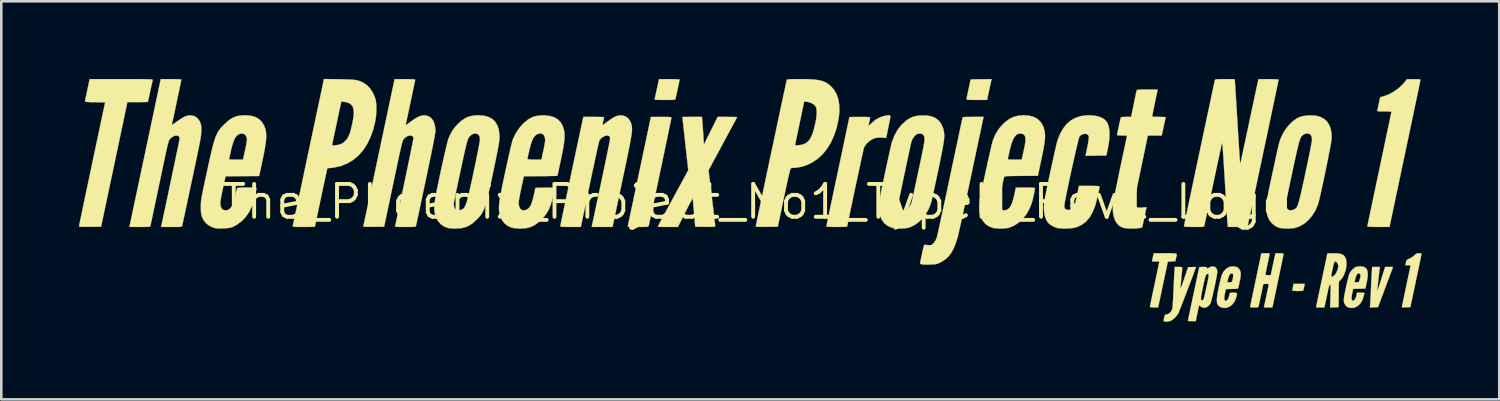
<source format=kicad_pcb>
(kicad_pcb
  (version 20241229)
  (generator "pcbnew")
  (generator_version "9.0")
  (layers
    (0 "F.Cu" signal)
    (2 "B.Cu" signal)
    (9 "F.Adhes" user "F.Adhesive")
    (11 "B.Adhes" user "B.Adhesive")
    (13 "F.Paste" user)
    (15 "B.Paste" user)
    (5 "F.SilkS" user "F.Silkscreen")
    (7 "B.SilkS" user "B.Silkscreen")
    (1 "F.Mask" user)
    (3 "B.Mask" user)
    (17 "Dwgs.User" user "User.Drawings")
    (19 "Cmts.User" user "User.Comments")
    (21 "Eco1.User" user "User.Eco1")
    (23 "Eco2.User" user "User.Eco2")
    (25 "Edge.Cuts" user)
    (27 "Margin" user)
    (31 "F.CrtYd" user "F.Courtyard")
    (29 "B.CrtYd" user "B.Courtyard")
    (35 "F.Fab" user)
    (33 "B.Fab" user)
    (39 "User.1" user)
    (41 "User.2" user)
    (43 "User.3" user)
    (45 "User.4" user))
  (footprint "The_Phoenix_Project_No1_TypeH_Rev1_Logo"
    (layer "F.Cu")
    (at 26.187 4.75)
    (property "Reference" "The_Phoenix_Project_No1_TypeH_Rev1_Logo" (at 0 0 0) (layer "F.SilkS") (effects (font (size 1.27 1.27) (thickness 0.15))))
    (attr through_hole)
    (fp_poly (pts (xy 21.176 3.297) (xy 21.16 3.365) (xy 21.149 3.415) (xy 21.146 3.434) (xy 21.127 3.442) (xy 21.076 3.447) (xy 21.004 3.449) (xy 20.923 3.45) (xy 20.844 3.448) (xy 20.777 3.444) (xy 20.733 3.438) (xy 20.722 3.433) (xy 20.726 3.404) (xy 20.736 3.347) (xy 20.746 3.295) (xy 20.77 3.175) (xy 21.205 3.175) (xy 21.176 3.297)) (stroke (width 0.01) (type solid)) (fill yes) (layer "F.SilkS"))
    (fp_poly (pts (xy 9.058 -4.567) (xy 9.036 -4.467) (xy 9.009 -4.346) (xy 8.983 -4.222) (xy 8.971 -4.165) (xy 8.924 -3.937) (xy 8.526 -3.937) (xy 8.387 -3.937) (xy 8.284 -3.938) (xy 8.213 -3.941) (xy 8.167 -3.946) (xy 8.142 -3.953) (xy 8.131 -3.963) (xy 8.129 -3.974) (xy 8.133 -4.006) (xy 8.146 -4.072) (xy 8.165 -4.164) (xy 8.188 -4.275) (xy 8.209 -4.371) (xy 8.288 -4.731) (xy 8.693 -4.736) (xy 9.097 -4.742) (xy 9.058 -4.567)) (stroke (width 0.01) (type solid)) (fill yes) (layer "F.SilkS"))
    (fp_poly (pts (xy -3.237 -4.74) (xy -3.129 -4.738) (xy -3.042 -4.734) (xy -2.985 -4.729) (xy -2.963 -4.723) (xy -2.963 -4.723) (xy -2.968 -4.699) (xy -2.979 -4.641) (xy -2.997 -4.558) (xy -3.018 -4.459) (xy -3.041 -4.35) (xy -3.065 -4.241) (xy -3.087 -4.138) (xy -3.107 -4.052) (xy -3.121 -3.989) (xy -3.122 -3.985) (xy -3.127 -3.968) (xy -3.137 -3.956) (xy -3.157 -3.947) (xy -3.194 -3.942) (xy -3.253 -3.939) (xy -3.34 -3.937) (xy -3.46 -3.937) (xy -3.537 -3.937) (xy -3.677 -3.937) (xy -3.78 -3.938) (xy -3.851 -3.941) (xy -3.897 -3.945) (xy -3.921 -3.952) (xy -3.93 -3.961) (xy -3.93 -3.974) (xy -3.922 -4.006) (xy -3.907 -4.072) (xy -3.887 -4.164) (xy -3.862 -4.276) (xy -3.84 -4.376) (xy -3.761 -4.741) (xy -3.362 -4.741) (xy -3.237 -4.74)) (stroke (width 0.01) (type solid)) (fill yes) (layer "F.SilkS"))
    (fp_poly (pts (xy 24.099 2.588) (xy 24.092 2.642) (xy 24.081 2.724) (xy 24.07 2.825) (xy 24.057 2.939) (xy 24.044 3.056) (xy 24.032 3.17) (xy 24.022 3.274) (xy 24.014 3.359) (xy 24.01 3.417) (xy 24.009 3.442) (xy 24.009 3.442) (xy 24.017 3.425) (xy 24.036 3.373) (xy 24.064 3.292) (xy 24.098 3.186) (xy 24.138 3.063) (xy 24.163 2.984) (xy 24.31 2.519) (xy 24.463 2.519) (xy 24.616 2.519) (xy 24.563 2.662) (xy 24.542 2.717) (xy 24.509 2.806) (xy 24.466 2.922) (xy 24.414 3.06) (xy 24.357 3.212) (xy 24.297 3.373) (xy 24.272 3.44) (xy 24.033 4.075) (xy 23.878 4.081) (xy 23.722 4.087) (xy 23.735 3.901) (xy 23.74 3.826) (xy 23.746 3.718) (xy 23.753 3.584) (xy 23.76 3.435) (xy 23.767 3.277) (xy 23.771 3.186) (xy 23.778 3.036) (xy 23.784 2.898) (xy 23.791 2.776) (xy 23.796 2.679) (xy 23.801 2.613) (xy 23.804 2.588) (xy 23.814 2.519) (xy 24.111 2.519) (xy 24.099 2.588)) (stroke (width 0.01) (type solid)) (fill yes) (layer "F.SilkS"))
    (fp_poly (pts (xy 25.687 1.995) (xy 25.716 2.011) (xy 25.717 2.016) (xy 25.712 2.042) (xy 25.7 2.104) (xy 25.68 2.2) (xy 25.654 2.325) (xy 25.623 2.475) (xy 25.587 2.646) (xy 25.547 2.834) (xy 25.505 3.035) (xy 25.5 3.059) (xy 25.284 4.075) (xy 25.12 4.081) (xy 25.042 4.082) (xy 24.985 4.081) (xy 24.957 4.078) (xy 24.956 4.076) (xy 24.96 4.054) (xy 24.972 3.995) (xy 24.991 3.903) (xy 25.016 3.784) (xy 25.046 3.641) (xy 25.08 3.48) (xy 25.117 3.305) (xy 25.125 3.268) (xy 25.162 3.09) (xy 25.197 2.926) (xy 25.228 2.78) (xy 25.254 2.656) (xy 25.274 2.559) (xy 25.288 2.493) (xy 25.294 2.464) (xy 25.294 2.462) (xy 25.275 2.458) (xy 25.227 2.456) (xy 25.196 2.455) (xy 25.098 2.455) (xy 25.112 2.367) (xy 25.123 2.307) (xy 25.138 2.268) (xy 25.166 2.241) (xy 25.217 2.214) (xy 25.259 2.195) (xy 25.338 2.151) (xy 25.414 2.096) (xy 25.446 2.067) (xy 25.498 2.019) (xy 25.545 1.996) (xy 25.607 1.99) (xy 25.619 1.99) (xy 25.687 1.995)) (stroke (width 0.01) (type solid)) (fill yes) (layer "F.SilkS"))
    (fp_poly (pts (xy 16.078 1.99) (xy 16.159 1.993) (xy 16.212 2.002) (xy 16.242 2.017) (xy 16.254 2.043) (xy 16.251 2.079) (xy 16.239 2.13) (xy 16.227 2.18) (xy 16.2 2.297) (xy 16.054 2.307) (xy 15.909 2.318) (xy 15.755 3.048) (xy 15.717 3.226) (xy 15.681 3.397) (xy 15.647 3.555) (xy 15.618 3.695) (xy 15.593 3.809) (xy 15.575 3.893) (xy 15.567 3.932) (xy 15.533 4.085) (xy 15.376 4.085) (xy 15.287 4.083) (xy 15.236 4.074) (xy 15.219 4.06) (xy 15.219 4.059) (xy 15.223 4.033) (xy 15.235 3.97) (xy 15.255 3.875) (xy 15.28 3.752) (xy 15.31 3.606) (xy 15.345 3.441) (xy 15.383 3.261) (xy 15.399 3.186) (xy 15.438 3.002) (xy 15.474 2.832) (xy 15.506 2.678) (xy 15.533 2.547) (xy 15.555 2.442) (xy 15.57 2.367) (xy 15.578 2.328) (xy 15.579 2.323) (xy 15.559 2.315) (xy 15.509 2.309) (xy 15.439 2.307) (xy 15.299 2.307) (xy 15.313 2.228) (xy 15.329 2.149) (xy 15.348 2.071) (xy 15.348 2.069) (xy 15.369 1.99) (xy 15.812 1.99) (xy 15.964 1.989) (xy 16.078 1.99)) (stroke (width 0.01) (type solid)) (fill yes) (layer "F.SilkS"))
    (fp_poly (pts (xy -3.538 -3.28) (xy -3.435 -3.279) (xy -3.363 -3.276) (xy -3.317 -3.271) (xy -3.292 -3.264) (xy -3.282 -3.254) (xy -3.281 -3.247) (xy -3.285 -3.223) (xy -3.297 -3.161) (xy -3.317 -3.064) (xy -3.344 -2.936) (xy -3.376 -2.781) (xy -3.413 -2.601) (xy -3.455 -2.399) (xy -3.501 -2.181) (xy -3.55 -1.948) (xy -3.601 -1.704) (xy -3.654 -1.453) (xy -3.707 -1.198) (xy -3.761 -0.943) (xy -3.814 -0.69) (xy -3.867 -0.443) (xy -3.917 -0.206) (xy -3.964 0.017) (xy -4.008 0.225) (xy -4.048 0.413) (xy -4.083 0.577) (xy -4.113 0.715) (xy -4.136 0.822) (xy -4.152 0.897) (xy -4.161 0.934) (xy -4.162 0.937) (xy -4.169 0.95) (xy -4.185 0.959) (xy -4.217 0.966) (xy -4.269 0.97) (xy -4.348 0.972) (xy -4.459 0.973) (xy -4.576 0.974) (xy -4.721 0.973) (xy -4.829 0.971) (xy -4.903 0.967) (xy -4.948 0.962) (xy -4.968 0.954) (xy -4.97 0.947) (xy -4.964 0.923) (xy -4.951 0.861) (xy -4.929 0.762) (xy -4.901 0.631) (xy -4.867 0.469) (xy -4.827 0.28) (xy -4.781 0.066) (xy -4.731 -0.169) (xy -4.677 -0.424) (xy -4.62 -0.695) (xy -4.56 -0.979) (xy -4.518 -1.18) (xy -4.075 -3.28) (xy -3.678 -3.281) (xy -3.538 -3.28)) (stroke (width 0.01) (type solid)) (fill yes) (layer "F.SilkS"))
    (fp_poly (pts (xy -24.547 -4.741) (xy -24.288 -4.741) (xy -24.069 -4.741) (xy -23.886 -4.741) (xy -23.735 -4.74) (xy -23.614 -4.738) (xy -23.52 -4.736) (xy -23.449 -4.734) (xy -23.398 -4.731) (xy -23.364 -4.726) (xy -23.344 -4.721) (xy -23.335 -4.715) (xy -23.333 -4.708) (xy -23.334 -4.704) (xy -23.341 -4.673) (xy -23.355 -4.61) (xy -23.375 -4.523) (xy -23.398 -4.418) (xy -23.423 -4.305) (xy -23.447 -4.19) (xy -23.471 -4.082) (xy -23.491 -3.987) (xy -23.506 -3.915) (xy -23.515 -3.871) (xy -23.516 -3.863) (xy -23.536 -3.859) (xy -23.592 -3.857) (xy -23.677 -3.854) (xy -23.785 -3.853) (xy -23.909 -3.852) (xy -24.312 -3.852) (xy -24.82 -1.445) (xy -25.329 0.963) (xy -25.756 0.969) (xy -25.907 0.97) (xy -26.02 0.97) (xy -26.099 0.968) (xy -26.15 0.963) (xy -26.176 0.956) (xy -26.182 0.948) (xy -26.178 0.924) (xy -26.165 0.861) (xy -26.145 0.762) (xy -26.118 0.63) (xy -26.084 0.467) (xy -26.044 0.275) (xy -25.998 0.058) (xy -25.948 -0.182) (xy -25.893 -0.443) (xy -25.834 -0.721) (xy -25.772 -1.015) (xy -25.707 -1.321) (xy -25.678 -1.46) (xy -25.174 -3.842) (xy -25.562 -3.848) (xy -25.709 -3.85) (xy -25.817 -3.855) (xy -25.89 -3.86) (xy -25.934 -3.868) (xy -25.95 -3.877) (xy -25.951 -3.879) (xy -25.946 -3.907) (xy -25.935 -3.97) (xy -25.916 -4.06) (xy -25.893 -4.172) (xy -25.866 -4.298) (xy -25.861 -4.323) (xy -25.771 -4.741) (xy -24.547 -4.741)) (stroke (width 0.01) (type solid)) (fill yes) (layer "F.SilkS"))
    (fp_poly (pts (xy 16.4 2.52) (xy 16.444 2.526) (xy 16.464 2.539) (xy 16.468 2.556) (xy 16.466 2.588) (xy 16.46 2.654) (xy 16.452 2.745) (xy 16.442 2.855) (xy 16.431 2.974) (xy 16.419 3.095) (xy 16.408 3.21) (xy 16.398 3.31) (xy 16.394 3.344) (xy 16.397 3.358) (xy 16.411 3.333) (xy 16.437 3.27) (xy 16.474 3.172) (xy 16.52 3.04) (xy 16.539 2.985) (xy 16.693 2.529) (xy 16.845 2.523) (xy 16.919 2.521) (xy 16.973 2.522) (xy 16.997 2.526) (xy 16.997 2.527) (xy 16.989 2.55) (xy 16.969 2.609) (xy 16.936 2.697) (xy 16.894 2.809) (xy 16.845 2.942) (xy 16.789 3.09) (xy 16.729 3.247) (xy 16.667 3.41) (xy 16.604 3.573) (xy 16.543 3.732) (xy 16.486 3.881) (xy 16.434 4.016) (xy 16.388 4.131) (xy 16.352 4.222) (xy 16.327 4.285) (xy 16.316 4.311) (xy 16.257 4.4) (xy 16.177 4.488) (xy 16.088 4.562) (xy 16.012 4.605) (xy 15.946 4.625) (xy 15.875 4.635) (xy 15.81 4.634) (xy 15.764 4.624) (xy 15.748 4.605) (xy 15.752 4.567) (xy 15.763 4.506) (xy 15.77 4.47) (xy 15.786 4.407) (xy 15.805 4.375) (xy 15.838 4.359) (xy 15.874 4.352) (xy 15.959 4.318) (xy 16.029 4.251) (xy 16.077 4.157) (xy 16.084 4.132) (xy 16.09 4.09) (xy 16.097 4.013) (xy 16.105 3.906) (xy 16.113 3.776) (xy 16.12 3.629) (xy 16.127 3.472) (xy 16.127 3.471) (xy 16.135 3.307) (xy 16.142 3.146) (xy 16.149 2.997) (xy 16.155 2.867) (xy 16.161 2.765) (xy 16.165 2.704) (xy 16.177 2.519) (xy 16.323 2.519) (xy 16.4 2.52)) (stroke (width 0.01) (type solid)) (fill yes) (layer "F.SilkS"))
    (fp_poly (pts (xy 23.457 2.51) (xy 23.519 2.531) (xy 23.579 2.578) (xy 23.618 2.647) (xy 23.637 2.743) (xy 23.636 2.867) (xy 23.616 3.025) (xy 23.595 3.133) (xy 23.548 3.355) (xy 23.311 3.361) (xy 23.074 3.367) (xy 23.04 3.522) (xy 23.017 3.649) (xy 23.013 3.743) (xy 23.026 3.803) (xy 23.054 3.827) (xy 23.103 3.816) (xy 23.147 3.769) (xy 23.183 3.691) (xy 23.198 3.632) (xy 23.223 3.514) (xy 23.371 3.514) (xy 23.448 3.515) (xy 23.492 3.52) (xy 23.509 3.531) (xy 23.509 3.55) (xy 23.508 3.551) (xy 23.497 3.593) (xy 23.48 3.657) (xy 23.473 3.683) (xy 23.42 3.825) (xy 23.344 3.942) (xy 23.25 4.03) (xy 23.143 4.086) (xy 23.027 4.107) (xy 22.908 4.091) (xy 22.866 4.075) (xy 22.788 4.019) (xy 22.736 3.934) (xy 22.713 3.825) (xy 22.712 3.799) (xy 22.717 3.738) (xy 22.731 3.646) (xy 22.752 3.53) (xy 22.778 3.4) (xy 22.807 3.263) (xy 22.838 3.127) (xy 22.842 3.111) (xy 23.131 3.111) (xy 23.217 3.111) (xy 23.273 3.108) (xy 23.302 3.092) (xy 23.318 3.05) (xy 23.323 3.032) (xy 23.347 2.936) (xy 23.358 2.872) (xy 23.359 2.83) (xy 23.35 2.803) (xy 23.336 2.786) (xy 23.292 2.764) (xy 23.248 2.78) (xy 23.207 2.831) (xy 23.172 2.912) (xy 23.147 3.019) (xy 23.146 3.022) (xy 23.131 3.111) (xy 22.842 3.111) (xy 22.869 3) (xy 22.897 2.891) (xy 22.922 2.808) (xy 22.941 2.76) (xy 22.998 2.673) (xy 23.073 2.594) (xy 23.151 2.536) (xy 23.184 2.52) (xy 23.266 2.502) (xy 23.363 2.499) (xy 23.457 2.51)) (stroke (width 0.01) (type solid)) (fill yes) (layer "F.SilkS"))
    (fp_poly (pts (xy 22.463 1.995) (xy 22.577 2.011) (xy 22.662 2.041) (xy 22.725 2.087) (xy 22.771 2.151) (xy 22.776 2.16) (xy 22.809 2.265) (xy 22.818 2.393) (xy 22.806 2.535) (xy 22.773 2.679) (xy 22.723 2.817) (xy 22.658 2.937) (xy 22.593 3.017) (xy 22.522 3.088) (xy 22.516 3.581) (xy 22.511 4.075) (xy 22.347 4.081) (xy 22.184 4.087) (xy 22.197 3.642) (xy 22.201 3.491) (xy 22.203 3.378) (xy 22.203 3.298) (xy 22.201 3.244) (xy 22.195 3.213) (xy 22.187 3.199) (xy 22.18 3.196) (xy 22.167 3.208) (xy 22.151 3.244) (xy 22.131 3.31) (xy 22.107 3.408) (xy 22.078 3.542) (xy 22.057 3.641) (xy 21.964 4.085) (xy 21.638 4.085) (xy 21.665 3.953) (xy 21.676 3.904) (xy 21.694 3.819) (xy 21.718 3.703) (xy 21.749 3.56) (xy 21.783 3.396) (xy 21.821 3.216) (xy 21.862 3.025) (xy 21.885 2.916) (xy 21.893 2.877) (xy 22.225 2.877) (xy 22.239 2.899) (xy 22.274 2.894) (xy 22.323 2.864) (xy 22.363 2.83) (xy 22.415 2.758) (xy 22.46 2.662) (xy 22.491 2.559) (xy 22.5 2.482) (xy 22.486 2.405) (xy 22.448 2.344) (xy 22.395 2.311) (xy 22.371 2.307) (xy 22.355 2.317) (xy 22.339 2.349) (xy 22.32 2.409) (xy 22.298 2.502) (xy 22.282 2.58) (xy 22.26 2.684) (xy 22.243 2.773) (xy 22.231 2.839) (xy 22.225 2.874) (xy 22.225 2.877) (xy 21.893 2.877) (xy 21.925 2.726) (xy 21.962 2.55) (xy 21.996 2.391) (xy 22.025 2.253) (xy 22.048 2.141) (xy 22.065 2.059) (xy 22.075 2.011) (xy 22.077 2) (xy 22.097 1.996) (xy 22.15 1.993) (xy 22.229 1.99) (xy 22.314 1.99) (xy 22.463 1.995)) (stroke (width 0.01) (type solid)) (fill yes) (layer "F.SilkS"))
    (fp_poly (pts (xy 25.532 -4.739) (xy 25.61 -4.736) (xy 25.656 -4.729) (xy 25.675 -4.718) (xy 25.676 -4.715) (xy 25.671 -4.691) (xy 25.659 -4.629) (xy 25.639 -4.53) (xy 25.611 -4.396) (xy 25.577 -4.231) (xy 25.536 -4.037) (xy 25.49 -3.815) (xy 25.438 -3.569) (xy 25.382 -3.3) (xy 25.321 -3.012) (xy 25.257 -2.706) (xy 25.189 -2.386) (xy 25.119 -2.053) (xy 25.078 -1.858) (xy 24.479 0.973) (xy 24.051 0.973) (xy 23.921 0.973) (xy 23.807 0.97) (xy 23.716 0.967) (xy 23.652 0.962) (xy 23.623 0.957) (xy 23.622 0.956) (xy 23.626 0.933) (xy 23.639 0.872) (xy 23.659 0.774) (xy 23.686 0.644) (xy 23.72 0.482) (xy 23.76 0.293) (xy 23.805 0.079) (xy 23.854 -0.157) (xy 23.908 -0.413) (xy 23.966 -0.686) (xy 24.027 -0.974) (xy 24.088 -1.261) (xy 24.151 -1.56) (xy 24.211 -1.847) (xy 24.269 -2.119) (xy 24.323 -2.374) (xy 24.372 -2.61) (xy 24.417 -2.823) (xy 24.457 -3.011) (xy 24.49 -3.171) (xy 24.517 -3.3) (xy 24.537 -3.396) (xy 24.549 -3.456) (xy 24.553 -3.477) (xy 24.533 -3.483) (xy 24.479 -3.487) (xy 24.398 -3.491) (xy 24.298 -3.492) (xy 24.276 -3.493) (xy 24.163 -3.493) (xy 24.086 -3.494) (xy 24.039 -3.498) (xy 24.015 -3.505) (xy 24.007 -3.517) (xy 24.009 -3.534) (xy 24.01 -3.539) (xy 24.019 -3.578) (xy 24.035 -3.648) (xy 24.054 -3.738) (xy 24.069 -3.809) (xy 24.088 -3.9) (xy 24.105 -3.975) (xy 24.116 -4.024) (xy 24.121 -4.039) (xy 24.142 -4.047) (xy 24.193 -4.063) (xy 24.25 -4.078) (xy 24.433 -4.143) (xy 24.62 -4.242) (xy 24.8 -4.366) (xy 24.961 -4.51) (xy 25.049 -4.607) (xy 25.157 -4.738) (xy 25.416 -4.74) (xy 25.532 -4.739)) (stroke (width 0.01) (type solid)) (fill yes) (layer "F.SilkS"))
    (fp_poly (pts (xy 18.491 2.503) (xy 18.59 2.53) (xy 18.661 2.587) (xy 18.704 2.661) (xy 18.719 2.706) (xy 18.728 2.755) (xy 18.729 2.814) (xy 18.722 2.889) (xy 18.707 2.986) (xy 18.682 3.11) (xy 18.648 3.268) (xy 18.637 3.317) (xy 18.63 3.338) (xy 18.615 3.351) (xy 18.584 3.36) (xy 18.53 3.365) (xy 18.444 3.369) (xy 18.39 3.37) (xy 18.154 3.376) (xy 18.115 3.556) (xy 18.094 3.678) (xy 18.092 3.764) (xy 18.11 3.815) (xy 18.148 3.831) (xy 18.195 3.814) (xy 18.235 3.763) (xy 18.271 3.673) (xy 18.297 3.572) (xy 18.306 3.541) (xy 18.324 3.523) (xy 18.36 3.516) (xy 18.425 3.514) (xy 18.447 3.514) (xy 18.517 3.515) (xy 18.561 3.524) (xy 18.581 3.546) (xy 18.581 3.591) (xy 18.563 3.663) (xy 18.541 3.736) (xy 18.483 3.865) (xy 18.403 3.971) (xy 18.306 4.048) (xy 18.196 4.095) (xy 18.082 4.106) (xy 17.967 4.08) (xy 17.96 4.077) (xy 17.899 4.043) (xy 17.853 4) (xy 17.823 3.943) (xy 17.807 3.868) (xy 17.805 3.77) (xy 17.817 3.646) (xy 17.843 3.49) (xy 17.881 3.298) (xy 17.885 3.28) (xy 17.922 3.111) (xy 18.208 3.111) (xy 18.298 3.111) (xy 18.354 3.109) (xy 18.384 3.096) (xy 18.401 3.059) (xy 18.412 3.017) (xy 18.433 2.91) (xy 18.435 2.83) (xy 18.418 2.78) (xy 18.385 2.764) (xy 18.336 2.784) (xy 18.336 2.784) (xy 18.292 2.832) (xy 18.256 2.912) (xy 18.227 3.022) (xy 18.208 3.111) (xy 17.922 3.111) (xy 17.923 3.111) (xy 17.955 2.977) (xy 17.985 2.872) (xy 18.015 2.791) (xy 18.048 2.727) (xy 18.085 2.674) (xy 18.13 2.625) (xy 18.15 2.607) (xy 18.241 2.539) (xy 18.338 2.505) (xy 18.454 2.5) (xy 18.491 2.503)) (stroke (width 0.01) (type solid)) (fill yes) (layer "F.SilkS"))
    (fp_poly (pts (xy -2.089 -3.149) (xy -2.083 -3.084) (xy -2.076 -2.987) (xy -2.068 -2.868) (xy -2.059 -2.735) (xy -2.051 -2.614) (xy -2.025 -2.212) (xy -1.759 -2.746) (xy -1.493 -3.281) (xy -1.117 -3.281) (xy -0.996 -3.28) (xy -0.891 -3.279) (xy -0.809 -3.277) (xy -0.757 -3.275) (xy -0.741 -3.273) (xy -0.751 -3.253) (xy -0.779 -3.199) (xy -0.823 -3.116) (xy -0.883 -3.005) (xy -0.955 -2.87) (xy -1.038 -2.715) (xy -1.13 -2.544) (xy -1.23 -2.358) (xy -1.294 -2.241) (xy -1.846 -1.217) (xy -1.717 -0.159) (xy -1.691 0.049) (xy -1.668 0.245) (xy -1.646 0.425) (xy -1.627 0.584) (xy -1.611 0.719) (xy -1.599 0.825) (xy -1.591 0.898) (xy -1.587 0.935) (xy -1.587 0.937) (xy -1.59 0.95) (xy -1.602 0.96) (xy -1.629 0.966) (xy -1.677 0.97) (xy -1.751 0.971) (xy -1.857 0.97) (xy -1.974 0.969) (xy -2.36 0.963) (xy -2.406 0.434) (xy -2.419 0.287) (xy -2.431 0.153) (xy -2.441 0.038) (xy -2.448 -0.053) (xy -2.453 -0.112) (xy -2.454 -0.132) (xy -2.464 -0.123) (xy -2.489 -0.08) (xy -2.529 -0.008) (xy -2.581 0.089) (xy -2.643 0.207) (xy -2.712 0.342) (xy -2.743 0.403) (xy -3.03 0.974) (xy -3.42 0.974) (xy -3.543 0.973) (xy -3.651 0.972) (xy -3.735 0.97) (xy -3.79 0.967) (xy -3.81 0.964) (xy -3.8 0.944) (xy -3.772 0.89) (xy -3.727 0.805) (xy -3.667 0.694) (xy -3.594 0.558) (xy -3.51 0.402) (xy -3.416 0.228) (xy -3.314 0.04) (xy -3.22 -0.133) (xy -2.63 -1.22) (xy -2.743 -2.245) (xy -2.765 -2.449) (xy -2.786 -2.639) (xy -2.806 -2.812) (xy -2.822 -2.963) (xy -2.836 -3.09) (xy -2.847 -3.186) (xy -2.854 -3.25) (xy -2.857 -3.275) (xy -2.857 -3.276) (xy -2.837 -3.277) (xy -2.782 -3.279) (xy -2.697 -3.28) (xy -2.59 -3.281) (xy -2.479 -3.281) (xy -2.101 -3.281) (xy -2.089 -3.149)) (stroke (width 0.01) (type solid)) (fill yes) (layer "F.SilkS"))
    (fp_poly (pts (xy 20.316 1.992) (xy 20.367 2.001) (xy 20.384 2.015) (xy 20.384 2.016) (xy 20.38 2.042) (xy 20.367 2.104) (xy 20.348 2.2) (xy 20.322 2.325) (xy 20.291 2.475) (xy 20.256 2.647) (xy 20.216 2.835) (xy 20.174 3.036) (xy 20.168 3.064) (xy 19.952 4.085) (xy 19.785 4.085) (xy 19.702 4.084) (xy 19.653 4.08) (xy 19.631 4.071) (xy 19.628 4.055) (xy 19.63 4.048) (xy 19.638 4.016) (xy 19.653 3.952) (xy 19.672 3.863) (xy 19.695 3.757) (xy 19.719 3.642) (xy 19.744 3.526) (xy 19.767 3.416) (xy 19.787 3.32) (xy 19.802 3.245) (xy 19.811 3.2) (xy 19.812 3.191) (xy 19.793 3.182) (xy 19.744 3.176) (xy 19.706 3.175) (xy 19.646 3.176) (xy 19.607 3.18) (xy 19.6 3.183) (xy 19.596 3.205) (xy 19.585 3.261) (xy 19.568 3.343) (xy 19.547 3.444) (xy 19.523 3.556) (xy 19.498 3.672) (xy 19.474 3.784) (xy 19.453 3.886) (xy 19.435 3.969) (xy 19.423 4.025) (xy 19.42 4.038) (xy 19.411 4.062) (xy 19.392 4.076) (xy 19.353 4.083) (xy 19.285 4.085) (xy 19.251 4.085) (xy 19.175 4.083) (xy 19.119 4.078) (xy 19.093 4.071) (xy 19.092 4.069) (xy 19.096 4.046) (xy 19.108 3.985) (xy 19.127 3.891) (xy 19.153 3.768) (xy 19.184 3.619) (xy 19.219 3.449) (xy 19.258 3.261) (xy 19.301 3.06) (xy 19.309 3.022) (xy 19.526 1.99) (xy 19.691 1.99) (xy 19.773 1.99) (xy 19.821 1.994) (xy 19.843 2.003) (xy 19.847 2.02) (xy 19.844 2.037) (xy 19.825 2.122) (xy 19.803 2.225) (xy 19.778 2.339) (xy 19.754 2.455) (xy 19.731 2.567) (xy 19.711 2.666) (xy 19.696 2.744) (xy 19.687 2.793) (xy 19.685 2.806) (xy 19.698 2.826) (xy 19.742 2.835) (xy 19.787 2.836) (xy 19.889 2.836) (xy 19.948 2.556) (xy 19.973 2.436) (xy 19.999 2.317) (xy 20.021 2.212) (xy 20.038 2.134) (xy 20.039 2.133) (xy 20.071 1.99) (xy 20.227 1.99) (xy 20.316 1.992)) (stroke (width 0.01) (type solid)) (fill yes) (layer "F.SilkS"))
    (fp_poly (pts (xy 8.777 -3.233) (xy 8.771 -3.206) (xy 8.757 -3.141) (xy 8.735 -3.039) (xy 8.707 -2.905) (xy 8.672 -2.741) (xy 8.631 -2.548) (xy 8.585 -2.332) (xy 8.534 -2.093) (xy 8.48 -1.836) (xy 8.422 -1.562) (xy 8.361 -1.275) (xy 8.309 -1.027) (xy 8.245 -0.725) (xy 8.182 -0.431) (xy 8.121 -0.147) (xy 8.063 0.122) (xy 8.008 0.374) (xy 7.958 0.607) (xy 7.912 0.815) (xy 7.871 0.998) (xy 7.837 1.15) (xy 7.809 1.27) (xy 7.789 1.354) (xy 7.78 1.389) (xy 7.705 1.624) (xy 7.623 1.821) (xy 7.531 1.986) (xy 7.424 2.121) (xy 7.3 2.233) (xy 7.155 2.326) (xy 7.076 2.365) (xy 7.018 2.39) (xy 6.964 2.406) (xy 6.903 2.417) (xy 6.823 2.423) (xy 6.714 2.427) (xy 6.689 2.428) (xy 6.583 2.429) (xy 6.488 2.426) (xy 6.415 2.421) (xy 6.375 2.413) (xy 6.374 2.413) (xy 6.337 2.385) (xy 6.335 2.344) (xy 6.343 2.307) (xy 6.358 2.238) (xy 6.379 2.144) (xy 6.402 2.034) (xy 6.415 1.973) (xy 6.441 1.85) (xy 6.462 1.763) (xy 6.479 1.706) (xy 6.493 1.674) (xy 6.507 1.661) (xy 6.52 1.662) (xy 6.562 1.67) (xy 6.628 1.676) (xy 6.667 1.678) (xy 6.732 1.678) (xy 6.776 1.668) (xy 6.816 1.638) (xy 6.858 1.595) (xy 6.923 1.508) (xy 6.971 1.399) (xy 6.982 1.363) (xy 6.993 1.322) (xy 7.011 1.243) (xy 7.037 1.129) (xy 7.069 0.982) (xy 7.108 0.805) (xy 7.152 0.601) (xy 7.201 0.374) (xy 7.255 0.126) (xy 7.312 -0.141) (xy 7.372 -0.422) (xy 7.435 -0.715) (xy 7.492 -0.984) (xy 7.555 -1.284) (xy 7.616 -1.572) (xy 7.674 -1.846) (xy 7.729 -2.104) (xy 7.78 -2.342) (xy 7.825 -2.558) (xy 7.866 -2.749) (xy 7.901 -2.912) (xy 7.929 -3.045) (xy 7.95 -3.145) (xy 7.964 -3.209) (xy 7.969 -3.233) (xy 7.974 -3.25) (xy 7.984 -3.262) (xy 8.005 -3.27) (xy 8.041 -3.276) (xy 8.1 -3.279) (xy 8.187 -3.28) (xy 8.307 -3.281) (xy 8.385 -3.281) (xy 8.789 -3.281) (xy 8.777 -3.233)) (stroke (width 0.01) (type solid)) (fill yes) (layer "F.SilkS"))
    (fp_poly (pts (xy 17.754 2.534) (xy 17.802 2.596) (xy 17.822 2.685) (xy 17.822 2.694) (xy 17.818 2.751) (xy 17.804 2.84) (xy 17.784 2.953) (xy 17.759 3.085) (xy 17.73 3.227) (xy 17.698 3.373) (xy 17.665 3.517) (xy 17.633 3.651) (xy 17.604 3.769) (xy 17.578 3.863) (xy 17.557 3.926) (xy 17.547 3.947) (xy 17.477 4.031) (xy 17.396 4.082) (xy 17.309 4.098) (xy 17.226 4.076) (xy 17.173 4.039) (xy 17.153 4.02) (xy 17.138 4.01) (xy 17.125 4.014) (xy 17.114 4.036) (xy 17.1 4.083) (xy 17.083 4.159) (xy 17.061 4.268) (xy 17.047 4.334) (xy 16.989 4.614) (xy 16.833 4.614) (xy 16.753 4.613) (xy 16.707 4.609) (xy 16.688 4.599) (xy 16.686 4.581) (xy 16.687 4.577) (xy 16.694 4.55) (xy 16.708 4.485) (xy 16.729 4.387) (xy 16.757 4.261) (xy 16.789 4.11) (xy 16.825 3.939) (xy 16.865 3.753) (xy 16.868 3.736) (xy 17.189 3.736) (xy 17.192 3.776) (xy 17.204 3.799) (xy 17.224 3.809) (xy 17.242 3.81) (xy 17.274 3.793) (xy 17.292 3.769) (xy 17.303 3.737) (xy 17.321 3.67) (xy 17.343 3.575) (xy 17.37 3.459) (xy 17.399 3.328) (xy 17.41 3.278) (xy 17.441 3.127) (xy 17.464 3.011) (xy 17.479 2.926) (xy 17.487 2.868) (xy 17.488 2.83) (xy 17.482 2.807) (xy 17.477 2.799) (xy 17.45 2.783) (xy 17.42 2.796) (xy 17.404 2.809) (xy 17.387 2.831) (xy 17.37 2.87) (xy 17.35 2.93) (xy 17.328 3.018) (xy 17.3 3.137) (xy 17.266 3.293) (xy 17.265 3.302) (xy 17.232 3.46) (xy 17.208 3.582) (xy 17.194 3.673) (xy 17.189 3.736) (xy 16.868 3.736) (xy 16.902 3.577) (xy 16.944 3.38) (xy 16.983 3.194) (xy 17.019 3.024) (xy 17.051 2.875) (xy 17.077 2.75) (xy 17.098 2.654) (xy 17.112 2.591) (xy 17.117 2.566) (xy 17.127 2.541) (xy 17.147 2.527) (xy 17.189 2.52) (xy 17.261 2.519) (xy 17.274 2.519) (xy 17.354 2.521) (xy 17.399 2.528) (xy 17.418 2.541) (xy 17.42 2.551) (xy 17.423 2.575) (xy 17.438 2.579) (xy 17.474 2.561) (xy 17.51 2.54) (xy 17.601 2.503) (xy 17.685 2.502) (xy 17.754 2.534)) (stroke (width 0.01) (type solid)) (fill yes) (layer "F.SilkS"))
    (fp_poly (pts (xy -5.16 -3.334) (xy -5.043 -3.292) (xy -4.945 -3.215) (xy -4.871 -3.108) (xy -4.837 -3.023) (xy -4.825 -2.981) (xy -4.816 -2.94) (xy -4.809 -2.897) (xy -4.805 -2.849) (xy -4.804 -2.795) (xy -4.808 -2.73) (xy -4.816 -2.652) (xy -4.829 -2.559) (xy -4.847 -2.448) (xy -4.871 -2.315) (xy -4.9 -2.158) (xy -4.937 -1.975) (xy -4.98 -1.762) (xy -5.031 -1.518) (xy -5.09 -1.238) (xy -5.157 -0.92) (xy -5.18 -0.81) (xy -5.556 0.974) (xy -5.96 0.974) (xy -6.363 0.974) (xy -6.008 -0.693) (xy -5.953 -0.954) (xy -5.9 -1.204) (xy -5.851 -1.44) (xy -5.805 -1.659) (xy -5.764 -1.858) (xy -5.729 -2.032) (xy -5.699 -2.18) (xy -5.676 -2.297) (xy -5.661 -2.381) (xy -5.653 -2.428) (xy -5.652 -2.435) (xy -5.662 -2.506) (xy -5.695 -2.546) (xy -5.76 -2.561) (xy -5.781 -2.561) (xy -5.854 -2.545) (xy -5.935 -2.503) (xy -6.009 -2.445) (xy -6.061 -2.381) (xy -6.067 -2.37) (xy -6.075 -2.341) (xy -6.091 -2.275) (xy -6.114 -2.173) (xy -6.144 -2.04) (xy -6.18 -1.878) (xy -6.22 -1.691) (xy -6.265 -1.482) (xy -6.314 -1.254) (xy -6.366 -1.011) (xy -6.42 -0.755) (xy -6.437 -0.672) (xy -6.783 0.974) (xy -7.181 0.974) (xy -7.325 0.973) (xy -7.432 0.971) (xy -7.506 0.967) (xy -7.551 0.962) (xy -7.574 0.953) (xy -7.578 0.946) (xy -7.573 0.923) (xy -7.561 0.862) (xy -7.541 0.766) (xy -7.515 0.639) (xy -7.483 0.484) (xy -7.445 0.305) (xy -7.403 0.104) (xy -7.358 -0.114) (xy -7.309 -0.346) (xy -7.258 -0.589) (xy -7.205 -0.839) (xy -7.151 -1.094) (xy -7.097 -1.349) (xy -7.044 -1.602) (xy -6.992 -1.848) (xy -6.942 -2.085) (xy -6.894 -2.309) (xy -6.85 -2.517) (xy -6.81 -2.705) (xy -6.775 -2.87) (xy -6.745 -3.008) (xy -6.722 -3.117) (xy -6.705 -3.192) (xy -6.697 -3.23) (xy -6.696 -3.232) (xy -6.684 -3.281) (xy -6.284 -3.281) (xy -6.159 -3.28) (xy -6.05 -3.279) (xy -5.964 -3.277) (xy -5.906 -3.275) (xy -5.884 -3.272) (xy -5.884 -3.272) (xy -5.889 -3.248) (xy -5.9 -3.194) (xy -5.917 -3.123) (xy -5.917 -3.121) (xy -5.932 -3.049) (xy -5.941 -2.995) (xy -5.941 -2.971) (xy -5.941 -2.971) (xy -5.922 -2.979) (xy -5.876 -3.008) (xy -5.811 -3.054) (xy -5.749 -3.1) (xy -5.627 -3.189) (xy -5.528 -3.253) (xy -5.444 -3.296) (xy -5.368 -3.323) (xy -5.291 -3.338) (xy -5.29 -3.338) (xy -5.16 -3.334)) (stroke (width 0.01) (type solid)) (fill yes) (layer "F.SilkS"))
    (fp_poly (pts (xy 5.174 -3.33) (xy 5.186 -3.304) (xy 5.182 -3.273) (xy 5.17 -3.209) (xy 5.154 -3.12) (xy 5.133 -3.012) (xy 5.109 -2.895) (xy 5.085 -2.776) (xy 5.062 -2.663) (xy 5.04 -2.564) (xy 5.026 -2.502) (xy 5.01 -2.467) (xy 4.976 -2.466) (xy 4.97 -2.467) (xy 4.927 -2.474) (xy 4.856 -2.479) (xy 4.772 -2.48) (xy 4.766 -2.48) (xy 4.664 -2.475) (xy 4.583 -2.459) (xy 4.506 -2.428) (xy 4.495 -2.423) (xy 4.377 -2.35) (xy 4.275 -2.258) (xy 4.197 -2.157) (xy 4.161 -2.08) (xy 4.153 -2.047) (xy 4.137 -1.978) (xy 4.114 -1.876) (xy 4.085 -1.746) (xy 4.051 -1.59) (xy 4.013 -1.415) (xy 3.972 -1.222) (xy 3.928 -1.017) (xy 3.882 -0.804) (xy 3.835 -0.586) (xy 3.789 -0.367) (xy 3.743 -0.152) (xy 3.699 0.055) (xy 3.658 0.25) (xy 3.62 0.43) (xy 3.587 0.59) (xy 3.559 0.726) (xy 3.537 0.835) (xy 3.522 0.911) (xy 3.514 0.952) (xy 3.514 0.957) (xy 3.494 0.962) (xy 3.438 0.967) (xy 3.352 0.97) (xy 3.244 0.973) (xy 3.12 0.974) (xy 3.111 0.974) (xy 2.975 0.973) (xy 2.862 0.97) (xy 2.777 0.965) (xy 2.724 0.96) (xy 2.709 0.954) (xy 2.714 0.931) (xy 2.726 0.869) (xy 2.746 0.772) (xy 2.773 0.641) (xy 2.807 0.48) (xy 2.847 0.292) (xy 2.891 0.079) (xy 2.941 -0.156) (xy 2.994 -0.41) (xy 3.051 -0.68) (xy 3.112 -0.964) (xy 3.154 -1.163) (xy 3.216 -1.454) (xy 3.275 -1.734) (xy 3.331 -1.998) (xy 3.383 -2.246) (xy 3.431 -2.473) (xy 3.474 -2.678) (xy 3.512 -2.857) (xy 3.519 -2.889) (xy 4.318 -2.889) (xy 4.329 -2.879) (xy 4.339 -2.889) (xy 4.329 -2.9) (xy 4.318 -2.889) (xy 3.519 -2.889) (xy 3.543 -3.007) (xy 3.569 -3.126) (xy 3.586 -3.211) (xy 3.596 -3.26) (xy 3.598 -3.271) (xy 3.618 -3.274) (xy 3.674 -3.277) (xy 3.76 -3.279) (xy 3.868 -3.28) (xy 3.992 -3.281) (xy 4 -3.281) (xy 4.148 -3.28) (xy 4.257 -3.278) (xy 4.333 -3.274) (xy 4.379 -3.268) (xy 4.4 -3.26) (xy 4.402 -3.254) (xy 4.397 -3.221) (xy 4.384 -3.16) (xy 4.37 -3.101) (xy 4.354 -3.03) (xy 4.343 -2.974) (xy 4.339 -2.949) (xy 4.353 -2.951) (xy 4.389 -2.978) (xy 4.441 -3.025) (xy 4.461 -3.044) (xy 4.614 -3.172) (xy 4.778 -3.263) (xy 4.922 -3.312) (xy 5.043 -3.338) (xy 5.127 -3.344) (xy 5.174 -3.33)) (stroke (width 0.01) (type solid)) (fill yes) (layer "F.SilkS"))
    (fp_poly (pts (xy 1.939 -4.739) (xy 2.134 -4.732) (xy 2.298 -4.718) (xy 2.437 -4.697) (xy 2.554 -4.667) (xy 2.656 -4.627) (xy 2.747 -4.575) (xy 2.834 -4.51) (xy 2.889 -4.463) (xy 3.011 -4.323) (xy 3.106 -4.154) (xy 3.171 -3.958) (xy 3.208 -3.74) (xy 3.214 -3.503) (xy 3.189 -3.249) (xy 3.186 -3.228) (xy 3.115 -2.894) (xy 3.018 -2.588) (xy 2.895 -2.311) (xy 2.747 -2.064) (xy 2.575 -1.849) (xy 2.381 -1.668) (xy 2.165 -1.521) (xy 1.968 -1.425) (xy 1.835 -1.379) (xy 1.693 -1.343) (xy 1.556 -1.319) (xy 1.46 -1.312) (xy 1.395 -1.308) (xy 1.345 -1.297) (xy 1.334 -1.292) (xy 1.322 -1.268) (xy 1.304 -1.207) (xy 1.278 -1.109) (xy 1.245 -0.971) (xy 1.205 -0.795) (xy 1.158 -0.579) (xy 1.103 -0.322) (xy 1.068 -0.154) (xy 0.832 0.963) (xy 0.406 0.969) (xy 0.239 0.97) (xy 0.113 0.969) (xy 0.029 0.964) (xy -0.014 0.958) (xy -0.021 0.952) (xy -0.017 0.929) (xy -0.004 0.868) (xy 0.016 0.771) (xy 0.043 0.641) (xy 0.076 0.482) (xy 0.115 0.296) (xy 0.159 0.085) (xy 0.208 -0.146) (xy 0.261 -0.395) (xy 0.317 -0.66) (xy 0.375 -0.936) (xy 0.435 -1.223) (xy 0.497 -1.515) (xy 0.56 -1.811) (xy 0.623 -2.108) (xy 0.641 -2.193) (xy 1.502 -2.193) (xy 1.521 -2.184) (xy 1.571 -2.182) (xy 1.639 -2.187) (xy 1.715 -2.198) (xy 1.786 -2.213) (xy 1.843 -2.231) (xy 1.844 -2.231) (xy 1.93 -2.276) (xy 2.004 -2.335) (xy 2.069 -2.413) (xy 2.125 -2.515) (xy 2.177 -2.644) (xy 2.226 -2.805) (xy 2.274 -3.004) (xy 2.287 -3.059) (xy 2.319 -3.236) (xy 2.334 -3.395) (xy 2.334 -3.529) (xy 2.317 -3.633) (xy 2.296 -3.683) (xy 2.234 -3.754) (xy 2.139 -3.812) (xy 2.023 -3.852) (xy 1.958 -3.864) (xy 1.852 -3.877) (xy 1.677 -3.045) (xy 1.639 -2.863) (xy 1.603 -2.693) (xy 1.572 -2.541) (xy 1.545 -2.411) (xy 1.524 -2.308) (xy 1.509 -2.235) (xy 1.503 -2.197) (xy 1.502 -2.193) (xy 0.641 -2.193) (xy 0.685 -2.403) (xy 0.747 -2.692) (xy 0.806 -2.973) (xy 0.864 -3.244) (xy 0.918 -3.5) (xy 0.969 -3.739) (xy 1.016 -3.959) (xy 1.058 -4.156) (xy 1.095 -4.328) (xy 1.126 -4.471) (xy 1.15 -4.582) (xy 1.167 -4.66) (xy 1.176 -4.7) (xy 1.177 -4.704) (xy 1.183 -4.716) (xy 1.198 -4.725) (xy 1.226 -4.731) (xy 1.273 -4.736) (xy 1.342 -4.739) (xy 1.44 -4.74) (xy 1.571 -4.741) (xy 1.706 -4.741) (xy 1.939 -4.739)) (stroke (width 0.01) (type solid)) (fill yes) (layer "F.SilkS"))
    (fp_poly (pts (xy 13.054 -3.332) (xy 13.231 -3.297) (xy 13.377 -3.239) (xy 13.48 -3.167) (xy 13.562 -3.065) (xy 13.619 -2.93) (xy 13.65 -2.763) (xy 13.656 -2.563) (xy 13.637 -2.329) (xy 13.592 -2.062) (xy 13.581 -2.01) (xy 13.534 -1.789) (xy 13.131 -1.783) (xy 12.727 -1.777) (xy 12.799 -2.122) (xy 12.823 -2.245) (xy 12.841 -2.356) (xy 12.854 -2.445) (xy 12.858 -2.506) (xy 12.857 -2.524) (xy 12.826 -2.583) (xy 12.771 -2.617) (xy 12.701 -2.627) (xy 12.625 -2.614) (xy 12.553 -2.577) (xy 12.494 -2.518) (xy 12.489 -2.509) (xy 12.478 -2.478) (xy 12.459 -2.409) (xy 12.433 -2.307) (xy 12.401 -2.177) (xy 12.365 -2.022) (xy 12.325 -1.846) (xy 12.281 -1.653) (xy 12.235 -1.449) (xy 12.188 -1.237) (xy 12.141 -1.02) (xy 12.095 -0.805) (xy 12.05 -0.593) (xy 12.008 -0.391) (xy 11.969 -0.201) (xy 11.937 -0.038) (xy 11.915 0.092) (xy 11.91 0.188) (xy 11.925 0.253) (xy 11.96 0.293) (xy 12.017 0.313) (xy 12.083 0.317) (xy 12.154 0.31) (xy 12.208 0.281) (xy 12.234 0.258) (xy 12.259 0.231) (xy 12.279 0.201) (xy 12.298 0.163) (xy 12.316 0.109) (xy 12.336 0.036) (xy 12.359 -0.064) (xy 12.388 -0.197) (xy 12.407 -0.291) (xy 12.475 -0.614) (xy 12.873 -0.614) (xy 13.019 -0.613) (xy 13.128 -0.611) (xy 13.202 -0.607) (xy 13.248 -0.601) (xy 13.269 -0.593) (xy 13.271 -0.587) (xy 13.266 -0.545) (xy 13.253 -0.47) (xy 13.232 -0.372) (xy 13.207 -0.26) (xy 13.179 -0.142) (xy 13.15 -0.028) (xy 13.123 0.074) (xy 13.1 0.155) (xy 13.092 0.181) (xy 12.999 0.411) (xy 12.886 0.604) (xy 12.752 0.76) (xy 12.596 0.881) (xy 12.419 0.968) (xy 12.296 1.005) (xy 12.2 1.02) (xy 12.082 1.031) (xy 11.953 1.035) (xy 11.825 1.033) (xy 11.712 1.025) (xy 11.624 1.011) (xy 11.605 1.006) (xy 11.493 0.961) (xy 11.385 0.899) (xy 11.299 0.83) (xy 11.275 0.805) (xy 11.207 0.696) (xy 11.157 0.556) (xy 11.126 0.393) (xy 11.117 0.214) (xy 11.129 0.027) (xy 11.133 -0.002) (xy 11.144 -0.069) (xy 11.163 -0.171) (xy 11.189 -0.301) (xy 11.22 -0.456) (xy 11.256 -0.629) (xy 11.295 -0.817) (xy 11.337 -1.014) (xy 11.38 -1.215) (xy 11.424 -1.414) (xy 11.466 -1.608) (xy 11.506 -1.791) (xy 11.544 -1.958) (xy 11.577 -2.104) (xy 11.605 -2.224) (xy 11.627 -2.313) (xy 11.642 -2.366) (xy 11.643 -2.369) (xy 11.741 -2.618) (xy 11.859 -2.829) (xy 11.998 -3.004) (xy 12.158 -3.143) (xy 12.339 -3.245) (xy 12.542 -3.311) (xy 12.766 -3.342) (xy 12.85 -3.344) (xy 13.054 -3.332)) (stroke (width 0.01) (type solid)) (fill yes) (layer "F.SilkS"))
    (fp_poly (pts (xy -13.433 -4.74) (xy -13.32 -4.738) (xy -13.244 -4.733) (xy -13.2 -4.726) (xy -13.187 -4.717) (xy -13.191 -4.692) (xy -13.203 -4.631) (xy -13.222 -4.539) (xy -13.246 -4.422) (xy -13.275 -4.284) (xy -13.307 -4.132) (xy -13.341 -3.971) (xy -13.376 -3.805) (xy -13.411 -3.641) (xy -13.444 -3.483) (xy -13.476 -3.337) (xy -13.504 -3.208) (xy -13.527 -3.101) (xy -13.544 -3.023) (xy -13.555 -2.977) (xy -13.557 -2.969) (xy -13.545 -2.97) (xy -13.506 -2.993) (xy -13.446 -3.035) (xy -13.371 -3.089) (xy -13.216 -3.199) (xy -13.081 -3.277) (xy -12.963 -3.324) (xy -12.857 -3.343) (xy -12.757 -3.335) (xy -12.666 -3.304) (xy -12.569 -3.237) (xy -12.492 -3.136) (xy -12.438 -3.005) (xy -12.409 -2.849) (xy -12.404 -2.739) (xy -12.408 -2.692) (xy -12.421 -2.606) (xy -12.443 -2.483) (xy -12.473 -2.321) (xy -12.513 -2.12) (xy -12.561 -1.88) (xy -12.619 -1.6) (xy -12.685 -1.279) (xy -12.761 -0.918) (xy -12.775 -0.854) (xy -12.831 -0.588) (xy -12.885 -0.333) (xy -12.937 -0.092) (xy -12.984 0.131) (xy -13.027 0.333) (xy -13.065 0.511) (xy -13.098 0.662) (xy -13.124 0.784) (xy -13.143 0.872) (xy -13.154 0.924) (xy -13.157 0.937) (xy -13.165 0.95) (xy -13.181 0.959) (xy -13.213 0.966) (xy -13.265 0.97) (xy -13.344 0.972) (xy -13.455 0.973) (xy -13.571 0.974) (xy -13.711 0.973) (xy -13.813 0.972) (xy -13.885 0.97) (xy -13.93 0.966) (xy -13.954 0.959) (xy -13.963 0.949) (xy -13.962 0.937) (xy -13.953 0.901) (xy -13.937 0.829) (xy -13.914 0.724) (xy -13.885 0.59) (xy -13.851 0.43) (xy -13.812 0.249) (xy -13.77 0.051) (xy -13.725 -0.162) (xy -13.679 -0.384) (xy -13.631 -0.613) (xy -13.582 -0.845) (xy -13.534 -1.075) (xy -13.487 -1.299) (xy -13.442 -1.515) (xy -13.4 -1.718) (xy -13.362 -1.905) (xy -13.328 -2.071) (xy -13.299 -2.212) (xy -13.276 -2.326) (xy -13.26 -2.408) (xy -13.252 -2.455) (xy -13.25 -2.463) (xy -13.269 -2.518) (xy -13.321 -2.552) (xy -13.388 -2.561) (xy -13.477 -2.541) (xy -13.571 -2.482) (xy -13.621 -2.435) (xy -13.632 -2.421) (xy -13.644 -2.405) (xy -13.655 -2.384) (xy -13.667 -2.354) (xy -13.68 -2.313) (xy -13.696 -2.259) (xy -13.714 -2.188) (xy -13.736 -2.097) (xy -13.761 -1.985) (xy -13.792 -1.847) (xy -13.828 -1.682) (xy -13.869 -1.486) (xy -13.918 -1.257) (xy -13.974 -0.992) (xy -14.035 -0.703) (xy -14.387 0.963) (xy -14.795 0.969) (xy -14.94 0.97) (xy -15.048 0.97) (xy -15.123 0.968) (xy -15.168 0.963) (xy -15.19 0.956) (xy -15.193 0.948) (xy -15.187 0.924) (xy -15.173 0.861) (xy -15.152 0.762) (xy -15.123 0.629) (xy -15.088 0.464) (xy -15.046 0.269) (xy -14.999 0.047) (xy -14.946 -0.199) (xy -14.889 -0.467) (xy -14.828 -0.756) (xy -14.763 -1.061) (xy -14.695 -1.382) (xy -14.624 -1.715) (xy -14.583 -1.91) (xy -13.983 -4.741) (xy -13.585 -4.741) (xy -13.433 -4.74)) (stroke (width 0.01) (type solid)) (fill yes) (layer "F.SilkS"))
    (fp_poly (pts (xy -10.533 -3.329) (xy -10.359 -3.282) (xy -10.214 -3.206) (xy -10.099 -3.099) (xy -10.013 -2.961) (xy -9.957 -2.793) (xy -9.93 -2.595) (xy -9.927 -2.505) (xy -9.928 -2.458) (xy -9.932 -2.405) (xy -9.938 -2.344) (xy -9.949 -2.27) (xy -9.964 -2.18) (xy -9.984 -2.069) (xy -10.009 -1.935) (xy -10.042 -1.774) (xy -10.081 -1.582) (xy -10.128 -1.354) (xy -10.169 -1.161) (xy -10.231 -0.868) (xy -10.286 -0.613) (xy -10.335 -0.394) (xy -10.379 -0.205) (xy -10.42 -0.044) (xy -10.459 0.092) (xy -10.497 0.207) (xy -10.535 0.305) (xy -10.574 0.388) (xy -10.616 0.461) (xy -10.661 0.526) (xy -10.711 0.587) (xy -10.767 0.647) (xy -10.807 0.687) (xy -10.957 0.822) (xy -11.102 0.92) (xy -11.251 0.985) (xy -11.415 1.022) (xy -11.602 1.035) (xy -11.641 1.035) (xy -11.737 1.032) (xy -11.825 1.027) (xy -11.89 1.02) (xy -11.909 1.017) (xy -12.065 0.959) (xy -12.199 0.867) (xy -12.307 0.743) (xy -12.386 0.591) (xy -12.425 0.464) (xy -12.437 0.4) (xy -12.445 0.333) (xy -12.448 0.261) (xy -12.446 0.178) (xy -12.439 0.083) (xy -12.435 0.051) (xy -11.693 0.051) (xy -11.692 0.147) (xy -11.668 0.233) (xy -11.624 0.295) (xy -11.599 0.312) (xy -11.525 0.33) (xy -11.439 0.322) (xy -11.358 0.288) (xy -11.346 0.28) (xy -11.318 0.257) (xy -11.293 0.23) (xy -11.269 0.195) (xy -11.245 0.148) (xy -11.221 0.088) (xy -11.195 0.01) (xy -11.167 -0.089) (xy -11.136 -0.212) (xy -11.1 -0.361) (xy -11.059 -0.541) (xy -11.012 -0.755) (xy -10.958 -1.005) (xy -10.929 -1.143) (xy -10.881 -1.37) (xy -10.836 -1.585) (xy -10.796 -1.784) (xy -10.76 -1.962) (xy -10.731 -2.116) (xy -10.707 -2.242) (xy -10.691 -2.336) (xy -10.684 -2.394) (xy -10.683 -2.407) (xy -10.695 -2.513) (xy -10.732 -2.586) (xy -10.795 -2.628) (xy -10.826 -2.636) (xy -10.92 -2.634) (xy -11.011 -2.592) (xy -11.091 -2.514) (xy -11.121 -2.471) (xy -11.135 -2.444) (xy -11.15 -2.409) (xy -11.166 -2.363) (xy -11.184 -2.302) (xy -11.205 -2.223) (xy -11.23 -2.123) (xy -11.259 -1.998) (xy -11.294 -1.844) (xy -11.334 -1.659) (xy -11.382 -1.439) (xy -11.433 -1.203) (xy -11.479 -0.984) (xy -11.524 -0.775) (xy -11.564 -0.581) (xy -11.601 -0.406) (xy -11.633 -0.252) (xy -11.659 -0.126) (xy -11.678 -0.03) (xy -11.69 0.032) (xy -11.693 0.051) (xy -12.435 0.051) (xy -12.425 -0.029) (xy -12.404 -0.162) (xy -12.376 -0.319) (xy -12.34 -0.503) (xy -12.296 -0.719) (xy -12.243 -0.969) (xy -12.196 -1.19) (xy -12.149 -1.404) (xy -12.103 -1.61) (xy -12.06 -1.803) (xy -12.019 -1.978) (xy -11.983 -2.132) (xy -11.952 -2.259) (xy -11.927 -2.355) (xy -11.91 -2.416) (xy -11.906 -2.427) (xy -11.822 -2.62) (xy -11.725 -2.785) (xy -11.604 -2.937) (xy -11.527 -3.016) (xy -11.382 -3.146) (xy -11.24 -3.239) (xy -11.092 -3.3) (xy -10.927 -3.334) (xy -10.736 -3.344) (xy -10.533 -3.329)) (stroke (width 0.01) (type solid)) (fill yes) (layer "F.SilkS"))
    (fp_poly (pts (xy 6.584 -3.336) (xy 6.767 -3.303) (xy 6.92 -3.239) (xy 7.046 -3.144) (xy 7.145 -3.017) (xy 7.216 -2.858) (xy 7.24 -2.773) (xy 7.252 -2.715) (xy 7.261 -2.658) (xy 7.266 -2.597) (xy 7.266 -2.529) (xy 7.262 -2.45) (xy 7.252 -2.357) (xy 7.235 -2.245) (xy 7.213 -2.112) (xy 7.183 -1.953) (xy 7.146 -1.765) (xy 7.101 -1.544) (xy 7.048 -1.286) (xy 7.029 -1.196) (xy 6.983 -0.979) (xy 6.939 -0.771) (xy 6.897 -0.576) (xy 6.858 -0.399) (xy 6.823 -0.243) (xy 6.794 -0.114) (xy 6.771 -0.015) (xy 6.754 0.048) (xy 6.75 0.064) (xy 6.665 0.279) (xy 6.553 0.475) (xy 6.419 0.649) (xy 6.268 0.796) (xy 6.103 0.91) (xy 5.928 0.989) (xy 5.875 1.005) (xy 5.747 1.027) (xy 5.599 1.036) (xy 5.447 1.032) (xy 5.307 1.016) (xy 5.216 0.994) (xy 5.069 0.926) (xy 4.946 0.825) (xy 4.85 0.694) (xy 4.783 0.536) (xy 4.762 0.449) (xy 4.75 0.383) (xy 4.744 0.315) (xy 4.741 0.241) (xy 4.744 0.158) (xy 4.752 0.073) (xy 5.502 0.073) (xy 5.503 0.167) (xy 5.519 0.235) (xy 5.552 0.283) (xy 5.584 0.307) (xy 5.662 0.329) (xy 5.751 0.321) (xy 5.833 0.285) (xy 5.842 0.279) (xy 5.899 0.22) (xy 5.954 0.135) (xy 5.998 0.04) (xy 6.011 0) (xy 6.02 -0.034) (xy 6.036 -0.106) (xy 6.059 -0.211) (xy 6.088 -0.345) (xy 6.123 -0.505) (xy 6.162 -0.685) (xy 6.204 -0.883) (xy 6.249 -1.094) (xy 6.277 -1.227) (xy 6.332 -1.484) (xy 6.378 -1.704) (xy 6.416 -1.888) (xy 6.447 -2.042) (xy 6.47 -2.168) (xy 6.487 -2.269) (xy 6.498 -2.35) (xy 6.503 -2.412) (xy 6.504 -2.461) (xy 6.499 -2.499) (xy 6.49 -2.529) (xy 6.478 -2.555) (xy 6.465 -2.576) (xy 6.414 -2.619) (xy 6.339 -2.638) (xy 6.254 -2.63) (xy 6.216 -2.617) (xy 6.15 -2.572) (xy 6.085 -2.497) (xy 6.029 -2.406) (xy 5.993 -2.311) (xy 5.992 -2.307) (xy 5.984 -2.27) (xy 5.967 -2.196) (xy 5.945 -2.091) (xy 5.916 -1.959) (xy 5.883 -1.805) (xy 5.847 -1.636) (xy 5.808 -1.454) (xy 5.768 -1.267) (xy 5.728 -1.077) (xy 5.689 -0.891) (xy 5.651 -0.714) (xy 5.617 -0.55) (xy 5.586 -0.405) (xy 5.561 -0.283) (xy 5.545 -0.209) (xy 5.516 -0.051) (xy 5.502 0.073) (xy 4.752 0.073) (xy 4.753 0.062) (xy 4.767 -0.051) (xy 4.789 -0.184) (xy 4.818 -0.342) (xy 4.854 -0.528) (xy 4.899 -0.746) (xy 4.953 -0.999) (xy 4.983 -1.143) (xy 5.028 -1.351) (xy 5.071 -1.549) (xy 5.111 -1.732) (xy 5.148 -1.897) (xy 5.179 -2.039) (xy 5.205 -2.153) (xy 5.224 -2.236) (xy 5.236 -2.282) (xy 5.237 -2.286) (xy 5.332 -2.544) (xy 5.456 -2.771) (xy 5.607 -2.967) (xy 5.785 -3.13) (xy 5.831 -3.164) (xy 5.948 -3.237) (xy 6.065 -3.287) (xy 6.194 -3.319) (xy 6.35 -3.337) (xy 6.373 -3.338) (xy 6.584 -3.336)) (stroke (width 0.01) (type solid)) (fill yes) (layer "F.SilkS"))
    (fp_poly (pts (xy 15.508 -4.292) (xy 15.499 -4.251) (xy 15.483 -4.18) (xy 15.463 -4.085) (xy 15.44 -3.972) (xy 15.414 -3.849) (xy 15.388 -3.724) (xy 15.364 -3.603) (xy 15.341 -3.492) (xy 15.323 -3.401) (xy 15.31 -3.334) (xy 15.304 -3.301) (xy 15.303 -3.298) (xy 15.323 -3.292) (xy 15.378 -3.286) (xy 15.458 -3.282) (xy 15.557 -3.281) (xy 15.57 -3.281) (xy 15.686 -3.28) (xy 15.764 -3.277) (xy 15.809 -3.27) (xy 15.828 -3.261) (xy 15.828 -3.254) (xy 15.82 -3.226) (xy 15.806 -3.163) (xy 15.786 -3.074) (xy 15.762 -2.967) (xy 15.746 -2.895) (xy 15.674 -2.561) (xy 15.404 -2.561) (xy 15.303 -2.56) (xy 15.219 -2.559) (xy 15.16 -2.556) (xy 15.135 -2.552) (xy 15.134 -2.552) (xy 15.13 -2.53) (xy 15.118 -2.471) (xy 15.099 -2.379) (xy 15.074 -2.258) (xy 15.044 -2.112) (xy 15.009 -1.946) (xy 14.971 -1.765) (xy 14.942 -1.626) (xy 14.899 -1.422) (xy 14.857 -1.219) (xy 14.816 -1.024) (xy 14.778 -0.843) (xy 14.745 -0.682) (xy 14.717 -0.548) (xy 14.695 -0.446) (xy 14.688 -0.413) (xy 14.658 -0.257) (xy 14.638 -0.134) (xy 14.629 -0.039) (xy 14.631 0.036) (xy 14.643 0.098) (xy 14.656 0.136) (xy 14.683 0.185) (xy 14.722 0.214) (xy 14.78 0.228) (xy 14.867 0.228) (xy 14.933 0.223) (xy 15.087 0.208) (xy 15.036 0.448) (xy 15.012 0.563) (xy 14.986 0.681) (xy 14.964 0.786) (xy 14.952 0.839) (xy 14.919 0.991) (xy 14.827 1.014) (xy 14.746 1.027) (xy 14.637 1.034) (xy 14.514 1.035) (xy 14.39 1.031) (xy 14.279 1.022) (xy 14.193 1.008) (xy 14.176 1.003) (xy 14.053 0.944) (xy 13.952 0.851) (xy 13.874 0.727) (xy 13.818 0.574) (xy 13.788 0.397) (xy 13.784 0.198) (xy 13.798 0.039) (xy 13.807 -0.015) (xy 13.824 -0.107) (xy 13.848 -0.231) (xy 13.878 -0.384) (xy 13.914 -0.56) (xy 13.954 -0.755) (xy 13.997 -0.965) (xy 14.043 -1.186) (xy 14.076 -1.343) (xy 14.123 -1.562) (xy 14.166 -1.768) (xy 14.206 -1.958) (xy 14.242 -2.128) (xy 14.273 -2.275) (xy 14.298 -2.394) (xy 14.316 -2.482) (xy 14.327 -2.536) (xy 14.33 -2.552) (xy 14.31 -2.556) (xy 14.258 -2.559) (xy 14.182 -2.561) (xy 14.139 -2.561) (xy 14.043 -2.563) (xy 13.983 -2.568) (xy 13.954 -2.579) (xy 13.949 -2.589) (xy 13.953 -2.618) (xy 13.965 -2.679) (xy 13.982 -2.763) (xy 14.002 -2.862) (xy 14.025 -2.965) (xy 14.046 -3.064) (xy 14.066 -3.151) (xy 14.081 -3.215) (xy 14.088 -3.244) (xy 14.099 -3.261) (xy 14.125 -3.273) (xy 14.172 -3.278) (xy 14.25 -3.281) (xy 14.296 -3.281) (xy 14.492 -3.281) (xy 14.592 -3.773) (xy 14.621 -3.914) (xy 14.647 -4.042) (xy 14.67 -4.151) (xy 14.688 -4.235) (xy 14.7 -4.288) (xy 14.703 -4.302) (xy 14.71 -4.315) (xy 14.727 -4.325) (xy 14.758 -4.331) (xy 14.81 -4.336) (xy 14.889 -4.338) (xy 14.999 -4.339) (xy 15.117 -4.339) (xy 15.52 -4.339) (xy 15.508 -4.292)) (stroke (width 0.01) (type solid)) (fill yes) (layer "F.SilkS"))
    (fp_poly (pts (xy -16.121 -4.736) (xy -15.929 -4.733) (xy -15.774 -4.729) (xy -15.65 -4.723) (xy -15.549 -4.714) (xy -15.466 -4.702) (xy -15.395 -4.686) (xy -15.33 -4.664) (xy -15.265 -4.637) (xy -15.194 -4.602) (xy -15.19 -4.6) (xy -15.049 -4.505) (xy -14.925 -4.376) (xy -14.822 -4.217) (xy -14.743 -4.034) (xy -14.72 -3.956) (xy -14.697 -3.829) (xy -14.686 -3.673) (xy -14.687 -3.5) (xy -14.699 -3.322) (xy -14.723 -3.151) (xy -14.729 -3.119) (xy -14.81 -2.789) (xy -14.916 -2.49) (xy -15.048 -2.223) (xy -15.203 -1.987) (xy -15.382 -1.785) (xy -15.583 -1.617) (xy -15.805 -1.484) (xy -16.048 -1.386) (xy -16.311 -1.326) (xy -16.41 -1.313) (xy -16.489 -1.304) (xy -16.55 -1.296) (xy -16.581 -1.289) (xy -16.583 -1.288) (xy -16.589 -1.267) (xy -16.602 -1.209) (xy -16.622 -1.119) (xy -16.647 -1.001) (xy -16.678 -0.86) (xy -16.712 -0.701) (xy -16.749 -0.528) (xy -16.788 -0.346) (xy -16.827 -0.16) (xy -16.867 0.027) (xy -16.905 0.208) (xy -16.941 0.381) (xy -16.975 0.539) (xy -17.004 0.679) (xy -17.028 0.796) (xy -17.046 0.884) (xy -17.057 0.941) (xy -17.06 0.96) (xy -17.08 0.964) (xy -17.137 0.968) (xy -17.223 0.971) (xy -17.332 0.973) (xy -17.459 0.974) (xy -17.496 0.974) (xy -17.642 0.973) (xy -17.751 0.972) (xy -17.828 0.97) (xy -17.879 0.966) (xy -17.907 0.961) (xy -17.92 0.952) (xy -17.921 0.941) (xy -17.92 0.937) (xy -17.915 0.913) (xy -17.901 0.851) (xy -17.88 0.753) (xy -17.853 0.623) (xy -17.818 0.463) (xy -17.779 0.276) (xy -17.734 0.065) (xy -17.685 -0.166) (xy -17.631 -0.416) (xy -17.575 -0.68) (xy -17.516 -0.957) (xy -17.456 -1.243) (xy -17.394 -1.535) (xy -17.331 -1.831) (xy -17.268 -2.127) (xy -17.253 -2.198) (xy -16.397 -2.198) (xy -16.381 -2.184) (xy -16.336 -2.18) (xy -16.313 -2.18) (xy -16.238 -2.187) (xy -16.149 -2.203) (xy -16.106 -2.214) (xy -16.025 -2.246) (xy -15.953 -2.294) (xy -15.883 -2.359) (xy -15.826 -2.425) (xy -15.778 -2.501) (xy -15.735 -2.594) (xy -15.695 -2.709) (xy -15.656 -2.853) (xy -15.616 -3.033) (xy -15.611 -3.059) (xy -15.575 -3.26) (xy -15.56 -3.427) (xy -15.568 -3.563) (xy -15.598 -3.669) (xy -15.653 -3.75) (xy -15.733 -3.808) (xy -15.841 -3.847) (xy -15.931 -3.863) (xy -16.039 -3.877) (xy -16.063 -3.775) (xy -16.073 -3.729) (xy -16.091 -3.649) (xy -16.115 -3.538) (xy -16.143 -3.403) (xy -16.176 -3.25) (xy -16.211 -3.084) (xy -16.235 -2.974) (xy -16.27 -2.806) (xy -16.303 -2.65) (xy -16.333 -2.51) (xy -16.358 -2.393) (xy -16.377 -2.303) (xy -16.39 -2.246) (xy -16.394 -2.228) (xy -16.397 -2.198) (xy -17.253 -2.198) (xy -17.206 -2.42) (xy -17.145 -2.708) (xy -17.086 -2.987) (xy -17.029 -3.256) (xy -16.975 -3.51) (xy -16.925 -3.746) (xy -16.879 -3.963) (xy -16.838 -4.157) (xy -16.803 -4.324) (xy -16.774 -4.463) (xy -16.751 -4.57) (xy -16.736 -4.642) (xy -16.73 -4.674) (xy -16.716 -4.745) (xy -16.121 -4.736)) (stroke (width 0.01) (type solid)) (fill yes) (layer "F.SilkS"))
    (fp_poly (pts (xy 21.663 -3.322) (xy 21.803 -3.283) (xy 21.948 -3.207) (xy 22.065 -3.099) (xy 22.154 -2.963) (xy 22.212 -2.798) (xy 22.241 -2.608) (xy 22.241 -2.429) (xy 22.235 -2.375) (xy 22.22 -2.284) (xy 22.198 -2.162) (xy 22.17 -2.013) (xy 22.137 -1.842) (xy 22.1 -1.655) (xy 22.06 -1.456) (xy 22.018 -1.25) (xy 21.975 -1.043) (xy 21.932 -0.838) (xy 21.89 -0.641) (xy 21.85 -0.457) (xy 21.813 -0.29) (xy 21.78 -0.147) (xy 21.752 -0.03) (xy 21.73 0.053) (xy 21.719 0.091) (xy 21.621 0.323) (xy 21.497 0.527) (xy 21.352 0.702) (xy 21.187 0.843) (xy 21.004 0.949) (xy 20.839 1.008) (xy 20.756 1.023) (xy 20.648 1.032) (xy 20.527 1.035) (xy 20.409 1.032) (xy 20.304 1.023) (xy 20.228 1.008) (xy 20.225 1.008) (xy 20.109 0.963) (xy 20.016 0.905) (xy 19.927 0.823) (xy 19.92 0.815) (xy 19.842 0.718) (xy 19.788 0.615) (xy 19.75 0.494) (xy 19.729 0.37) (xy 19.722 0.308) (xy 19.718 0.247) (xy 19.717 0.182) (xy 19.721 0.11) (xy 19.723 0.091) (xy 20.469 0.091) (xy 20.48 0.168) (xy 20.51 0.242) (xy 20.551 0.298) (xy 20.578 0.317) (xy 20.656 0.331) (xy 20.745 0.317) (xy 20.817 0.284) (xy 20.843 0.265) (xy 20.868 0.243) (xy 20.89 0.215) (xy 20.912 0.177) (xy 20.934 0.127) (xy 20.957 0.061) (xy 20.982 -0.024) (xy 21.01 -0.132) (xy 21.042 -0.265) (xy 21.079 -0.426) (xy 21.122 -0.619) (xy 21.172 -0.848) (xy 21.229 -1.114) (xy 21.276 -1.335) (xy 21.32 -1.546) (xy 21.361 -1.743) (xy 21.397 -1.921) (xy 21.428 -2.078) (xy 21.453 -2.209) (xy 21.471 -2.309) (xy 21.482 -2.375) (xy 21.484 -2.399) (xy 21.472 -2.508) (xy 21.437 -2.583) (xy 21.386 -2.622) (xy 21.301 -2.644) (xy 21.219 -2.628) (xy 21.173 -2.604) (xy 21.141 -2.584) (xy 21.113 -2.563) (xy 21.087 -2.537) (xy 21.064 -2.505) (xy 21.041 -2.462) (xy 21.018 -2.404) (xy 20.993 -2.331) (xy 20.967 -2.236) (xy 20.937 -2.119) (xy 20.903 -1.975) (xy 20.864 -1.801) (xy 20.819 -1.594) (xy 20.766 -1.351) (xy 20.729 -1.178) (xy 20.682 -0.956) (xy 20.637 -0.746) (xy 20.596 -0.55) (xy 20.559 -0.374) (xy 20.528 -0.22) (xy 20.502 -0.092) (xy 20.483 0.005) (xy 20.472 0.067) (xy 20.469 0.091) (xy 19.723 0.091) (xy 19.73 0.026) (xy 19.745 -0.074) (xy 19.766 -0.194) (xy 19.793 -0.339) (xy 19.828 -0.512) (xy 19.871 -0.717) (xy 19.923 -0.959) (xy 19.928 -0.984) (xy 19.986 -1.251) (xy 20.035 -1.479) (xy 20.077 -1.673) (xy 20.112 -1.836) (xy 20.142 -1.971) (xy 20.167 -2.082) (xy 20.189 -2.172) (xy 20.207 -2.244) (xy 20.222 -2.302) (xy 20.236 -2.35) (xy 20.25 -2.39) (xy 20.263 -2.427) (xy 20.278 -2.463) (xy 20.283 -2.477) (xy 20.393 -2.697) (xy 20.531 -2.897) (xy 20.693 -3.07) (xy 20.873 -3.21) (xy 20.881 -3.215) (xy 21.006 -3.275) (xy 21.159 -3.316) (xy 21.327 -3.338) (xy 21.499 -3.34) (xy 21.663 -3.322)) (stroke (width 0.01) (type solid)) (fill yes) (layer "F.SilkS"))
    (fp_poly (pts (xy -8.162 -3.339) (xy -7.966 -3.314) (xy -7.802 -3.263) (xy -7.669 -3.183) (xy -7.564 -3.074) (xy -7.486 -2.934) (xy -7.439 -2.791) (xy -7.422 -2.707) (xy -7.413 -2.619) (xy -7.411 -2.521) (xy -7.417 -2.408) (xy -7.432 -2.277) (xy -7.457 -2.121) (xy -7.491 -1.935) (xy -7.535 -1.716) (xy -7.554 -1.624) (xy -7.587 -1.469) (xy -7.617 -1.328) (xy -7.642 -1.206) (xy -7.663 -1.109) (xy -7.677 -1.041) (xy -7.683 -1.007) (xy -7.684 -1.005) (xy -7.704 -1.002) (xy -7.761 -1) (xy -7.851 -0.997) (xy -7.968 -0.995) (xy -8.106 -0.992) (xy -8.261 -0.991) (xy -8.334 -0.99) (xy -8.985 -0.984) (xy -9.085 -0.529) (xy -9.115 -0.388) (xy -9.141 -0.254) (xy -9.162 -0.134) (xy -9.178 -0.037) (xy -9.185 0.03) (xy -9.186 0.042) (xy -9.173 0.161) (xy -9.137 0.252) (xy -9.08 0.31) (xy -9.006 0.334) (xy -8.919 0.321) (xy -8.876 0.303) (xy -8.811 0.259) (xy -8.756 0.197) (xy -8.708 0.111) (xy -8.665 -0.003) (xy -8.624 -0.151) (xy -8.603 -0.241) (xy -8.537 -0.54) (xy -8.163 -0.546) (xy -8.043 -0.547) (xy -7.939 -0.546) (xy -7.857 -0.543) (xy -7.805 -0.539) (xy -7.789 -0.535) (xy -7.794 -0.509) (xy -7.805 -0.45) (xy -7.822 -0.368) (xy -7.841 -0.275) (xy -7.895 -0.052) (xy -7.954 0.137) (xy -8.021 0.299) (xy -8.102 0.441) (xy -8.198 0.571) (xy -8.307 0.688) (xy -8.436 0.807) (xy -8.556 0.895) (xy -8.677 0.958) (xy -8.809 1.003) (xy -8.817 1.005) (xy -8.943 1.027) (xy -9.09 1.036) (xy -9.241 1.032) (xy -9.381 1.016) (xy -9.474 0.994) (xy -9.62 0.926) (xy -9.743 0.825) (xy -9.84 0.694) (xy -9.907 0.536) (xy -9.928 0.451) (xy -9.939 0.385) (xy -9.946 0.318) (xy -9.949 0.246) (xy -9.947 0.165) (xy -9.94 0.072) (xy -9.926 -0.036) (xy -9.906 -0.164) (xy -9.879 -0.315) (xy -9.844 -0.493) (xy -9.802 -0.701) (xy -9.75 -0.944) (xy -9.697 -1.191) (xy -9.651 -1.404) (xy -9.606 -1.608) (xy -9.596 -1.65) (xy -8.848 -1.65) (xy -8.828 -1.642) (xy -8.772 -1.636) (xy -8.687 -1.631) (xy -8.58 -1.63) (xy -8.577 -1.63) (xy -8.307 -1.63) (xy -8.246 -1.91) (xy -8.212 -2.067) (xy -8.188 -2.19) (xy -8.172 -2.284) (xy -8.164 -2.357) (xy -8.164 -2.416) (xy -8.169 -2.466) (xy -8.175 -2.493) (xy -8.212 -2.575) (xy -8.272 -2.625) (xy -8.347 -2.644) (xy -8.43 -2.63) (xy -8.515 -2.583) (xy -8.565 -2.537) (xy -8.611 -2.476) (xy -8.653 -2.397) (xy -8.692 -2.295) (xy -8.731 -2.164) (xy -8.773 -1.996) (xy -8.775 -1.987) (xy -8.8 -1.876) (xy -8.822 -1.779) (xy -8.838 -1.704) (xy -8.846 -1.659) (xy -8.848 -1.65) (xy -9.596 -1.65) (xy -9.563 -1.798) (xy -9.524 -1.969) (xy -9.489 -2.118) (xy -9.459 -2.241) (xy -9.436 -2.332) (xy -9.421 -2.387) (xy -9.417 -2.398) (xy -9.305 -2.634) (xy -9.166 -2.846) (xy -9.004 -3.031) (xy -8.822 -3.181) (xy -8.802 -3.195) (xy -8.644 -3.277) (xy -8.462 -3.325) (xy -8.254 -3.342) (xy -8.162 -3.339)) (stroke (width 0.01) (type solid)) (fill yes) (layer "F.SilkS"))
    (fp_poly (pts (xy -19.551 -3.328) (xy -19.378 -3.281) (xy -19.233 -3.202) (xy -19.117 -3.092) (xy -19.029 -2.95) (xy -18.984 -2.833) (xy -18.962 -2.743) (xy -18.948 -2.646) (xy -18.945 -2.536) (xy -18.951 -2.41) (xy -18.967 -2.261) (xy -18.994 -2.087) (xy -19.032 -1.881) (xy -19.079 -1.651) (xy -19.111 -1.5) (xy -19.141 -1.362) (xy -19.166 -1.24) (xy -19.187 -1.143) (xy -19.202 -1.075) (xy -19.209 -1.043) (xy -19.22 -0.995) (xy -19.869 -0.99) (xy -20.517 -0.984) (xy -20.619 -0.519) (xy -20.649 -0.377) (xy -20.676 -0.244) (xy -20.697 -0.126) (xy -20.713 -0.031) (xy -20.721 0.033) (xy -20.722 0.048) (xy -20.709 0.167) (xy -20.672 0.256) (xy -20.612 0.312) (xy -20.531 0.334) (xy -20.476 0.329) (xy -20.394 0.3) (xy -20.323 0.243) (xy -20.262 0.155) (xy -20.21 0.033) (xy -20.162 -0.126) (xy -20.139 -0.228) (xy -20.117 -0.328) (xy -20.098 -0.416) (xy -20.083 -0.481) (xy -20.074 -0.513) (xy -20.067 -0.527) (xy -20.049 -0.537) (xy -20.016 -0.543) (xy -19.961 -0.547) (xy -19.879 -0.549) (xy -19.763 -0.55) (xy -19.694 -0.55) (xy -19.574 -0.549) (xy -19.471 -0.547) (xy -19.391 -0.542) (xy -19.34 -0.537) (xy -19.325 -0.532) (xy -19.331 -0.482) (xy -19.346 -0.402) (xy -19.368 -0.3) (xy -19.394 -0.187) (xy -19.423 -0.073) (xy -19.452 0.033) (xy -19.478 0.12) (xy -19.494 0.165) (xy -19.602 0.391) (xy -19.742 0.591) (xy -19.909 0.762) (xy -20.091 0.894) (xy -20.177 0.943) (xy -20.252 0.978) (xy -20.328 1.002) (xy -20.416 1.016) (xy -20.528 1.025) (xy -20.627 1.029) (xy -20.746 1.032) (xy -20.833 1.031) (xy -20.901 1.023) (xy -20.959 1.01) (xy -20.991 0.999) (xy -21.152 0.924) (xy -21.279 0.824) (xy -21.376 0.696) (xy -21.435 0.565) (xy -21.454 0.5) (xy -21.465 0.423) (xy -21.471 0.324) (xy -21.473 0.194) (xy -21.473 0.191) (xy -21.472 0.131) (xy -21.471 0.076) (xy -21.468 0.021) (xy -21.462 -0.037) (xy -21.454 -0.103) (xy -21.441 -0.181) (xy -21.424 -0.274) (xy -21.401 -0.388) (xy -21.373 -0.527) (xy -21.337 -0.693) (xy -21.295 -0.892) (xy -21.244 -1.128) (xy -21.235 -1.168) (xy -21.173 -1.454) (xy -21.132 -1.639) (xy -20.384 -1.639) (xy -20.364 -1.636) (xy -20.309 -1.633) (xy -20.229 -1.631) (xy -20.129 -1.63) (xy -20.112 -1.63) (xy -19.841 -1.63) (xy -19.774 -1.942) (xy -19.742 -2.094) (xy -19.718 -2.21) (xy -19.702 -2.298) (xy -19.694 -2.364) (xy -19.692 -2.414) (xy -19.696 -2.454) (xy -19.704 -2.491) (xy -19.71 -2.508) (xy -19.754 -2.584) (xy -19.82 -2.629) (xy -19.9 -2.641) (xy -19.988 -2.619) (xy -20.064 -2.57) (xy -20.117 -2.513) (xy -20.165 -2.434) (xy -20.211 -2.327) (xy -20.255 -2.189) (xy -20.3 -2.014) (xy -20.309 -1.973) (xy -20.335 -1.861) (xy -20.356 -1.765) (xy -20.373 -1.692) (xy -20.382 -1.648) (xy -20.384 -1.639) (xy -21.132 -1.639) (xy -21.118 -1.701) (xy -21.069 -1.914) (xy -21.025 -2.097) (xy -20.984 -2.252) (xy -20.945 -2.383) (xy -20.906 -2.495) (xy -20.867 -2.589) (xy -20.827 -2.671) (xy -20.783 -2.744) (xy -20.734 -2.81) (xy -20.68 -2.875) (xy -20.618 -2.94) (xy -20.564 -2.995) (xy -20.422 -3.125) (xy -20.288 -3.221) (xy -20.153 -3.286) (xy -20.007 -3.325) (xy -19.84 -3.342) (xy -19.753 -3.344) (xy -19.551 -3.328)) (stroke (width 0.01) (type solid)) (fill yes) (layer "F.SilkS"))
    (fp_poly (pts (xy 10.558 -3.328) (xy 10.73 -3.279) (xy 10.874 -3.199) (xy 10.99 -3.088) (xy 11.078 -2.946) (xy 11.114 -2.852) (xy 11.138 -2.768) (xy 11.154 -2.684) (xy 11.162 -2.593) (xy 11.162 -2.492) (xy 11.153 -2.375) (xy 11.135 -2.237) (xy 11.108 -2.073) (xy 11.07 -1.878) (xy 11.023 -1.648) (xy 11.021 -1.64) (xy 10.887 -1.005) (xy 10.239 -1) (xy 10.056 -0.998) (xy 9.91 -0.996) (xy 9.798 -0.994) (xy 9.715 -0.991) (xy 9.657 -0.987) (xy 9.618 -0.981) (xy 9.596 -0.974) (xy 9.584 -0.965) (xy 9.581 -0.957) (xy 9.567 -0.903) (xy 9.547 -0.818) (xy 9.524 -0.711) (xy 9.498 -0.59) (xy 9.471 -0.461) (xy 9.445 -0.332) (xy 9.421 -0.211) (xy 9.401 -0.105) (xy 9.386 -0.022) (xy 9.378 0.031) (xy 9.377 0.044) (xy 9.39 0.16) (xy 9.428 0.249) (xy 9.488 0.308) (xy 9.566 0.333) (xy 9.621 0.329) (xy 9.702 0.302) (xy 9.771 0.251) (xy 9.83 0.173) (xy 9.882 0.063) (xy 9.929 -0.082) (xy 9.969 -0.246) (xy 9.992 -0.351) (xy 10.011 -0.44) (xy 10.025 -0.506) (xy 10.032 -0.54) (xy 10.033 -0.544) (xy 10.053 -0.546) (xy 10.109 -0.548) (xy 10.193 -0.549) (xy 10.299 -0.55) (xy 10.403 -0.55) (xy 10.541 -0.55) (xy 10.641 -0.548) (xy 10.709 -0.544) (xy 10.75 -0.538) (xy 10.77 -0.529) (xy 10.774 -0.521) (xy 10.769 -0.477) (xy 10.756 -0.402) (xy 10.736 -0.307) (xy 10.713 -0.203) (xy 10.689 -0.099) (xy 10.665 -0.007) (xy 10.645 0.061) (xy 10.556 0.283) (xy 10.441 0.484) (xy 10.301 0.66) (xy 10.142 0.808) (xy 9.968 0.922) (xy 9.782 0.999) (xy 9.753 1.007) (xy 9.666 1.022) (xy 9.553 1.032) (xy 9.429 1.035) (xy 9.308 1.031) (xy 9.202 1.021) (xy 9.129 1.006) (xy 8.974 0.941) (xy 8.849 0.849) (xy 8.75 0.726) (xy 8.675 0.575) (xy 8.654 0.513) (xy 8.64 0.45) (xy 8.632 0.374) (xy 8.628 0.275) (xy 8.628 0.201) (xy 8.628 0.144) (xy 8.629 0.091) (xy 8.632 0.037) (xy 8.637 -0.02) (xy 8.646 -0.085) (xy 8.659 -0.163) (xy 8.676 -0.257) (xy 8.699 -0.371) (xy 8.727 -0.51) (xy 8.763 -0.678) (xy 8.806 -0.878) (xy 8.857 -1.115) (xy 8.864 -1.148) (xy 8.911 -1.362) (xy 8.956 -1.567) (xy 8.975 -1.652) (xy 9.723 -1.652) (xy 9.733 -1.641) (xy 9.763 -1.635) (xy 9.818 -1.631) (xy 9.904 -1.63) (xy 9.987 -1.63) (xy 10.261 -1.63) (xy 10.296 -1.783) (xy 10.338 -1.974) (xy 10.37 -2.129) (xy 10.392 -2.253) (xy 10.405 -2.35) (xy 10.407 -2.426) (xy 10.401 -2.485) (xy 10.386 -2.532) (xy 10.363 -2.572) (xy 10.352 -2.586) (xy 10.297 -2.623) (xy 10.222 -2.637) (xy 10.14 -2.628) (xy 10.067 -2.595) (xy 10.062 -2.591) (xy 9.989 -2.514) (xy 9.922 -2.397) (xy 9.862 -2.239) (xy 9.809 -2.04) (xy 9.799 -1.998) (xy 9.775 -1.889) (xy 9.754 -1.793) (xy 9.737 -1.718) (xy 9.726 -1.673) (xy 9.724 -1.667) (xy 9.723 -1.652) (xy 8.975 -1.652) (xy 8.999 -1.759) (xy 9.039 -1.933) (xy 9.074 -2.085) (xy 9.104 -2.211) (xy 9.127 -2.306) (xy 9.143 -2.365) (xy 9.147 -2.376) (xy 9.25 -2.617) (xy 9.387 -2.833) (xy 9.558 -3.024) (xy 9.635 -3.092) (xy 9.788 -3.203) (xy 9.943 -3.279) (xy 10.111 -3.325) (xy 10.302 -3.343) (xy 10.359 -3.344) (xy 10.558 -3.328)) (stroke (width 0.01) (type solid)) (fill yes) (layer "F.SilkS"))
    (fp_poly (pts (xy -22.5 -4.74) (xy -22.391 -4.738) (xy -22.304 -4.734) (xy -22.247 -4.729) (xy -22.225 -4.723) (xy -22.225 -4.723) (xy -22.229 -4.701) (xy -22.241 -4.642) (xy -22.26 -4.552) (xy -22.284 -4.437) (xy -22.312 -4.301) (xy -22.344 -4.15) (xy -22.378 -3.99) (xy -22.413 -3.824) (xy -22.447 -3.66) (xy -22.481 -3.501) (xy -22.513 -3.354) (xy -22.541 -3.222) (xy -22.564 -3.113) (xy -22.582 -3.03) (xy -22.593 -2.983) (xy -22.58 -2.981) (xy -22.541 -3.001) (xy -22.481 -3.041) (xy -22.418 -3.087) (xy -22.266 -3.194) (xy -22.135 -3.271) (xy -22.021 -3.319) (xy -21.919 -3.34) (xy -21.855 -3.34) (xy -21.729 -3.313) (xy -21.628 -3.253) (xy -21.546 -3.157) (xy -21.513 -3.097) (xy -21.485 -3.037) (xy -21.468 -2.984) (xy -21.458 -2.926) (xy -21.454 -2.851) (xy -21.454 -2.752) (xy -21.455 -2.709) (xy -21.457 -2.665) (xy -21.461 -2.617) (xy -21.467 -2.561) (xy -21.477 -2.495) (xy -21.49 -2.415) (xy -21.508 -2.319) (xy -21.53 -2.204) (xy -21.558 -2.066) (xy -21.591 -1.903) (xy -21.631 -1.711) (xy -21.678 -1.488) (xy -21.733 -1.231) (xy -21.795 -0.936) (xy -21.819 -0.826) (xy -21.875 -0.563) (xy -21.929 -0.311) (xy -21.979 -0.074) (xy -22.026 0.146) (xy -22.069 0.345) (xy -22.106 0.52) (xy -22.138 0.668) (xy -22.163 0.785) (xy -22.181 0.869) (xy -22.192 0.917) (xy -22.194 0.926) (xy -22.198 0.943) (xy -22.208 0.955) (xy -22.229 0.963) (xy -22.265 0.969) (xy -22.324 0.972) (xy -22.411 0.973) (xy -22.531 0.974) (xy -22.609 0.974) (xy -23.013 0.974) (xy -23.001 0.926) (xy -22.991 0.884) (xy -22.974 0.805) (xy -22.95 0.695) (xy -22.92 0.556) (xy -22.885 0.393) (xy -22.846 0.209) (xy -22.804 0.009) (xy -22.758 -0.205) (xy -22.711 -0.428) (xy -22.663 -0.657) (xy -22.615 -0.887) (xy -22.567 -1.115) (xy -22.52 -1.338) (xy -22.475 -1.551) (xy -22.434 -1.75) (xy -22.396 -1.932) (xy -22.362 -2.094) (xy -22.334 -2.23) (xy -22.312 -2.338) (xy -22.297 -2.414) (xy -22.289 -2.453) (xy -22.288 -2.458) (xy -22.307 -2.511) (xy -22.357 -2.548) (xy -22.418 -2.561) (xy -22.514 -2.541) (xy -22.609 -2.481) (xy -22.662 -2.431) (xy -22.674 -2.417) (xy -22.686 -2.401) (xy -22.697 -2.381) (xy -22.709 -2.353) (xy -22.722 -2.314) (xy -22.737 -2.263) (xy -22.755 -2.195) (xy -22.775 -2.109) (xy -22.8 -2.001) (xy -22.829 -1.868) (xy -22.864 -1.708) (xy -22.904 -1.518) (xy -22.952 -1.296) (xy -23.006 -1.037) (xy -23.068 -0.74) (xy -23.07 -0.73) (xy -23.124 -0.473) (xy -23.176 -0.228) (xy -23.225 0.003) (xy -23.27 0.215) (xy -23.31 0.407) (xy -23.345 0.574) (xy -23.375 0.713) (xy -23.398 0.822) (xy -23.414 0.896) (xy -23.423 0.933) (xy -23.424 0.937) (xy -23.431 0.95) (xy -23.447 0.959) (xy -23.479 0.966) (xy -23.531 0.97) (xy -23.61 0.972) (xy -23.721 0.973) (xy -23.835 0.974) (xy -24.237 0.974) (xy -24.225 0.926) (xy -24.22 0.901) (xy -24.207 0.838) (xy -24.186 0.74) (xy -24.158 0.609) (xy -24.124 0.448) (xy -24.084 0.26) (xy -24.039 0.049) (xy -23.99 -0.183) (xy -23.936 -0.433) (xy -23.88 -0.699) (xy -23.821 -0.976) (xy -23.761 -1.262) (xy -23.699 -1.554) (xy -23.636 -1.85) (xy -23.573 -2.146) (xy -23.511 -2.439) (xy -23.45 -2.727) (xy -23.391 -3.007) (xy -23.334 -3.274) (xy -23.28 -3.528) (xy -23.23 -3.764) (xy -23.185 -3.98) (xy -23.144 -4.173) (xy -23.109 -4.339) (xy -23.08 -4.477) (xy -23.057 -4.582) (xy -23.042 -4.653) (xy -23.036 -4.683) (xy -23.024 -4.741) (xy -22.625 -4.741) (xy -22.5 -4.74)) (stroke (width 0.01) (type solid)) (fill yes) (layer "F.SilkS"))
    (fp_poly (pts (xy 18.507 -4.577) (xy 18.511 -4.528) (xy 18.517 -4.441) (xy 18.524 -4.319) (xy 18.534 -4.167) (xy 18.545 -3.989) (xy 18.557 -3.788) (xy 18.571 -3.568) (xy 18.585 -3.334) (xy 18.6 -3.089) (xy 18.607 -2.963) (xy 18.622 -2.72) (xy 18.636 -2.489) (xy 18.649 -2.274) (xy 18.662 -2.078) (xy 18.673 -1.906) (xy 18.682 -1.76) (xy 18.691 -1.643) (xy 18.697 -1.56) (xy 18.701 -1.514) (xy 18.702 -1.505) (xy 18.718 -1.505) (xy 18.723 -1.526) (xy 18.737 -1.586) (xy 18.758 -1.681) (xy 18.785 -1.807) (xy 18.818 -1.962) (xy 18.857 -2.142) (xy 18.9 -2.343) (xy 18.947 -2.564) (xy 18.997 -2.799) (xy 19.048 -3.037) (xy 19.101 -3.287) (xy 19.152 -3.527) (xy 19.2 -3.753) (xy 19.244 -3.961) (xy 19.284 -4.149) (xy 19.319 -4.312) (xy 19.348 -4.448) (xy 19.371 -4.552) (xy 19.386 -4.621) (xy 19.393 -4.651) (xy 19.415 -4.741) (xy 19.804 -4.741) (xy 19.927 -4.74) (xy 20.034 -4.738) (xy 20.118 -4.734) (xy 20.174 -4.728) (xy 20.193 -4.723) (xy 20.189 -4.7) (xy 20.176 -4.639) (xy 20.156 -4.542) (xy 20.129 -4.413) (xy 20.096 -4.254) (xy 20.057 -4.068) (xy 20.013 -3.858) (xy 19.964 -3.627) (xy 19.911 -3.378) (xy 19.856 -3.113) (xy 19.797 -2.837) (xy 19.737 -2.551) (xy 19.675 -2.258) (xy 19.612 -1.962) (xy 19.549 -1.665) (xy 19.487 -1.371) (xy 19.425 -1.081) (xy 19.366 -0.8) (xy 19.308 -0.529) (xy 19.254 -0.273) (xy 19.203 -0.033) (xy 19.156 0.187) (xy 19.114 0.385) (xy 19.077 0.557) (xy 19.046 0.7) (xy 19.022 0.813) (xy 19.005 0.891) (xy 18.996 0.931) (xy 18.995 0.937) (xy 18.987 0.95) (xy 18.97 0.96) (xy 18.937 0.966) (xy 18.883 0.97) (xy 18.802 0.973) (xy 18.687 0.974) (xy 18.607 0.974) (xy 18.229 0.974) (xy 18.217 0.841) (xy 18.213 0.798) (xy 18.208 0.716) (xy 18.2 0.6) (xy 18.19 0.452) (xy 18.179 0.279) (xy 18.167 0.082) (xy 18.154 -0.134) (xy 18.14 -0.366) (xy 18.125 -0.608) (xy 18.118 -0.73) (xy 18.1 -1.026) (xy 18.084 -1.281) (xy 18.071 -1.5) (xy 18.059 -1.685) (xy 18.049 -1.838) (xy 18.04 -1.963) (xy 18.033 -2.062) (xy 18.027 -2.137) (xy 18.021 -2.192) (xy 18.016 -2.23) (xy 18.011 -2.252) (xy 18.007 -2.261) (xy 18.002 -2.261) (xy 18.002 -2.261) (xy 17.996 -2.239) (xy 17.982 -2.179) (xy 17.961 -2.084) (xy 17.934 -1.958) (xy 17.9 -1.803) (xy 17.862 -1.622) (xy 17.818 -1.419) (xy 17.771 -1.198) (xy 17.721 -0.96) (xy 17.668 -0.71) (xy 17.663 -0.687) (xy 17.61 -0.435) (xy 17.559 -0.194) (xy 17.511 0.032) (xy 17.468 0.24) (xy 17.428 0.427) (xy 17.394 0.589) (xy 17.365 0.723) (xy 17.343 0.826) (xy 17.328 0.895) (xy 17.322 0.925) (xy 17.322 0.926) (xy 17.316 0.943) (xy 17.306 0.955) (xy 17.285 0.964) (xy 17.247 0.969) (xy 17.187 0.972) (xy 17.098 0.973) (xy 16.975 0.974) (xy 16.92 0.974) (xy 16.783 0.973) (xy 16.67 0.97) (xy 16.588 0.965) (xy 16.541 0.959) (xy 16.531 0.953) (xy 16.535 0.931) (xy 16.548 0.869) (xy 16.568 0.773) (xy 16.595 0.643) (xy 16.628 0.484) (xy 16.667 0.298) (xy 16.712 0.088) (xy 16.76 -0.143) (xy 16.813 -0.393) (xy 16.869 -0.657) (xy 16.927 -0.934) (xy 16.988 -1.22) (xy 17.05 -1.512) (xy 17.112 -1.808) (xy 17.175 -2.105) (xy 17.238 -2.4) (xy 17.299 -2.689) (xy 17.359 -2.971) (xy 17.416 -3.241) (xy 17.471 -3.497) (xy 17.522 -3.737) (xy 17.568 -3.957) (xy 17.61 -4.154) (xy 17.647 -4.326) (xy 17.678 -4.469) (xy 17.702 -4.581) (xy 17.719 -4.659) (xy 17.728 -4.699) (xy 17.729 -4.704) (xy 17.737 -4.718) (xy 17.754 -4.727) (xy 17.787 -4.734) (xy 17.841 -4.738) (xy 17.923 -4.74) (xy 18.037 -4.741) (xy 18.117 -4.741) (xy 18.494 -4.741) (xy 18.507 -4.577)) (stroke (width 0.01) (type solid)) (fill yes) (layer "F.SilkS")))
  (gr_rect
    (start -3 -3)
    (end 54.909 12.39)
    (stroke (width 0.1) (type default))
    (fill no)
    (layer "Edge.Cuts")))
</source>
